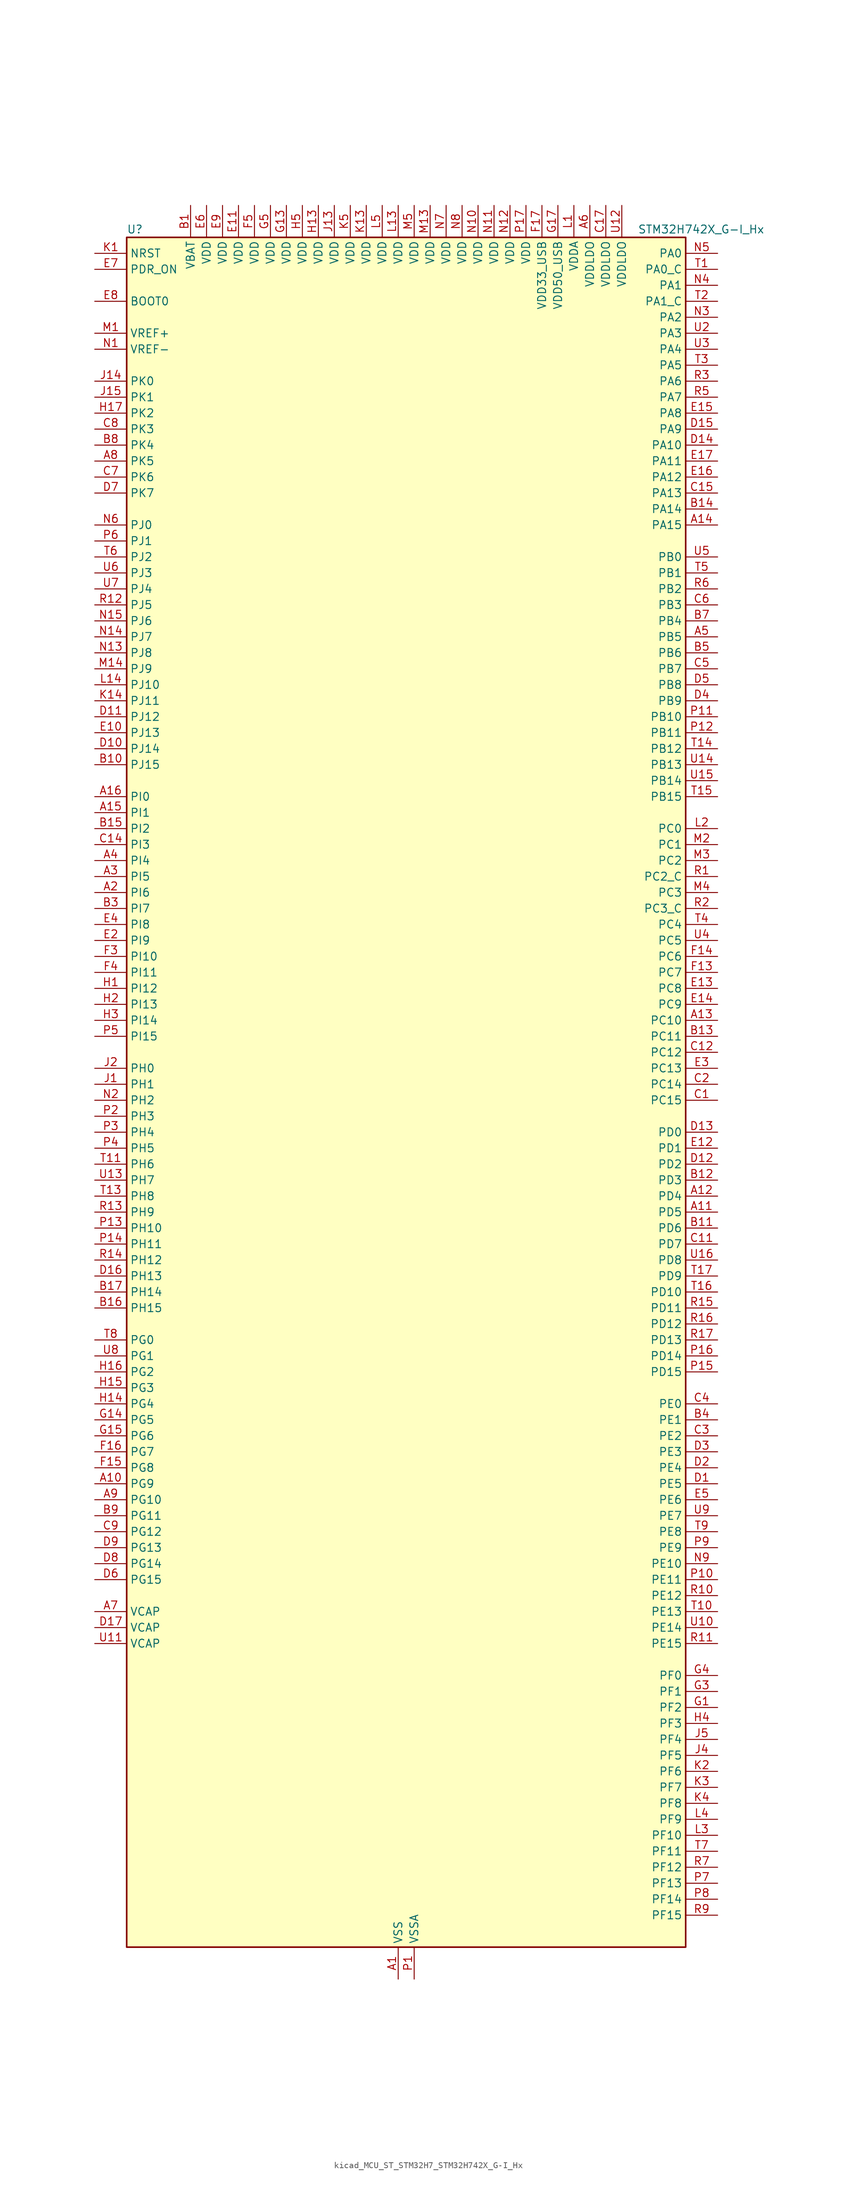
<source format=kicad_sym>
(kicad_symbol_lib
  (version 20220914)
  (generator kicad_symbol_editor)
  (symbol "kicad_MCU_ST_STM32H7_STM32H742X_G-I_Hx"
    (property "Reference" "U"
      (at -43.18 138.43 0)
      (effects (font (size 1.27 1.27)) (justify left)))
    (property "Value" "STM32H742X_G-I_Hx"
      (at 38.1 138.43 0)
      (effects (font (size 1.27 1.27)) (justify left)))
    (property "ki_locked" ""
      (at 0 0 0)
      (effects (font (size 1.27 1.27))))
    (symbol "kicad_MCU_ST_STM32H7_STM32H742X_G-I_Hx_0_1"
      (rectangle (start -43.18 -134.62) (end 45.72 137.16) (stroke (width 0.254) (type default)) (fill (type background))))
    (symbol "kicad_MCU_ST_STM32H7_STM32H742X_G-I_Hx_1_1"
      (pin power_in line (at 0 -139.7 90) (length 5.08) (name "VSS" (effects (font (size 1.27 1.27)))) (number "A1" (effects (font (size 1.27 1.27)))))
      (pin bidirectional line (at -48.26 -60.96 0) (length 5.08) (name "PG9" (effects (font (size 1.27 1.27)))) (number "A10" (effects (font (size 1.27 1.27)))) (alternate "DAC1_EXTI9" bidirectional line) (alternate "DCMI_VSYNC" bidirectional line) (alternate "FMC_NCE" bidirectional line) (alternate "FMC_NE2" bidirectional line) (alternate "I2S1_SDI" bidirectional line) (alternate "QUADSPI_BK2_IO2" bidirectional line) (alternate "SAI2_FS_B" bidirectional line) (alternate "SPDIFRX1_IN3" bidirectional line) (alternate "SPI1_MISO" bidirectional line) (alternate "USART6_RX" bidirectional line))
      (pin bidirectional line (at 50.8 -17.78 180) (length 5.08) (name "PD5" (effects (font (size 1.27 1.27)))) (number "A11" (effects (font (size 1.27 1.27)))) (alternate "FMC_NWE" bidirectional line) (alternate "HRTIM_EEV3" bidirectional line) (alternate "USART2_TX" bidirectional line))
      (pin bidirectional line (at 50.8 -15.24 180) (length 5.08) (name "PD4" (effects (font (size 1.27 1.27)))) (number "A12" (effects (font (size 1.27 1.27)))) (alternate "FMC_NOE" bidirectional line) (alternate "HRTIM_FLT3" bidirectional line) (alternate "SAI3_FS_A" bidirectional line) (alternate "USART2_DE" bidirectional line) (alternate "USART2_RTS" bidirectional line))
      (pin bidirectional line (at 50.8 12.7 180) (length 5.08) (name "PC10" (effects (font (size 1.27 1.27)))) (number "A13" (effects (font (size 1.27 1.27)))) (alternate "DCMI_D8" bidirectional line) (alternate "DFSDM1_CKIN5" bidirectional line) (alternate "HRTIM_EEV1" bidirectional line) (alternate "I2S3_CK" bidirectional line) (alternate "QUADSPI_BK1_IO1" bidirectional line) (alternate "SDMMC1_D2" bidirectional line) (alternate "SPI3_SCK" bidirectional line) (alternate "UART4_TX" bidirectional line) (alternate "USART3_TX" bidirectional line))
      (pin bidirectional line (at 50.8 91.44 180) (length 5.08) (name "PA15" (effects (font (size 1.27 1.27)))) (number "A14" (effects (font (size 1.27 1.27)))) (alternate "ADC1_EXTI15" bidirectional line) (alternate "ADC2_EXTI15" bidirectional line) (alternate "ADC3_EXTI15" bidirectional line) (alternate "CEC" bidirectional line) (alternate "DEBUG_JTDI" bidirectional line) (alternate "HRTIM_FLT1" bidirectional line) (alternate "I2S1_WS" bidirectional line) (alternate "I2S3_WS" bidirectional line) (alternate "SPI1_NSS" bidirectional line) (alternate "SPI3_NSS" bidirectional line) (alternate "SPI6_NSS" bidirectional line) (alternate "TIM2_CH1" bidirectional line) (alternate "TIM2_ETR" bidirectional line) (alternate "UART4_DE" bidirectional line) (alternate "UART4_RTS" bidirectional line) (alternate "UART7_TX" bidirectional line))
      (pin bidirectional line (at -48.26 45.72 0) (length 5.08) (name "PI1" (effects (font (size 1.27 1.27)))) (number "A15" (effects (font (size 1.27 1.27)))) (alternate "DCMI_D8" bidirectional line) (alternate "FMC_D25" bidirectional line) (alternate "I2S2_CK" bidirectional line) (alternate "SPI2_SCK" bidirectional line) (alternate "TIM8_BKIN2" bidirectional line) (alternate "TIM8_BKIN2_COMP1" bidirectional line) (alternate "TIM8_BKIN2_COMP2" bidirectional line))
      (pin bidirectional line (at -48.26 48.26 0) (length 5.08) (name "PI0" (effects (font (size 1.27 1.27)))) (number "A16" (effects (font (size 1.27 1.27)))) (alternate "DCMI_D13" bidirectional line) (alternate "FMC_D24" bidirectional line) (alternate "I2S2_WS" bidirectional line) (alternate "SPI2_NSS" bidirectional line) (alternate "TIM5_CH4" bidirectional line))
      (pin passive line (at 0 -139.7 90) (length 5.08) hide (name "VSS" (effects (font (size 1.27 1.27)))) (number "A17" (effects (font (size 1.27 1.27)))))
      (pin bidirectional line (at -48.26 33.02 0) (length 5.08) (name "PI6" (effects (font (size 1.27 1.27)))) (number "A2" (effects (font (size 1.27 1.27)))) (alternate "DCMI_D6" bidirectional line) (alternate "FMC_D28" bidirectional line) (alternate "SAI2_SD_A" bidirectional line) (alternate "TIM8_CH2" bidirectional line))
      (pin bidirectional line (at -48.26 35.56 0) (length 5.08) (name "PI5" (effects (font (size 1.27 1.27)))) (number "A3" (effects (font (size 1.27 1.27)))) (alternate "DCMI_VSYNC" bidirectional line) (alternate "FMC_NBL3" bidirectional line) (alternate "SAI2_SCK_A" bidirectional line) (alternate "TIM8_CH1" bidirectional line))
      (pin bidirectional line (at -48.26 38.1 0) (length 5.08) (name "PI4" (effects (font (size 1.27 1.27)))) (number "A4" (effects (font (size 1.27 1.27)))) (alternate "DCMI_D5" bidirectional line) (alternate "FMC_NBL2" bidirectional line) (alternate "SAI2_MCLK_A" bidirectional line) (alternate "TIM8_BKIN" bidirectional line) (alternate "TIM8_BKIN_COMP1" bidirectional line) (alternate "TIM8_BKIN_COMP2" bidirectional line))
      (pin bidirectional line (at 50.8 73.66 180) (length 5.08) (name "PB5" (effects (font (size 1.27 1.27)))) (number "A5" (effects (font (size 1.27 1.27)))) (alternate "DCMI_D10" bidirectional line) (alternate "ETH_PPS_OUT" bidirectional line) (alternate "FDCAN2_RX" bidirectional line) (alternate "FMC_SDCKE1" bidirectional line) (alternate "HRTIM_EEV7" bidirectional line) (alternate "I2C1_SMBA" bidirectional line) (alternate "I2C4_SMBA" bidirectional line) (alternate "I2S1_SDO" bidirectional line) (alternate "I2S3_SDO" bidirectional line) (alternate "SPI1_MOSI" bidirectional line) (alternate "SPI3_MOSI" bidirectional line) (alternate "SPI6_MOSI" bidirectional line) (alternate "TIM17_BKIN" bidirectional line) (alternate "TIM3_CH2" bidirectional line) (alternate "UART5_RX" bidirectional line) (alternate "USB_OTG_HS_ULPI_D7" bidirectional line))
      (pin power_in line (at 30.48 142.24 270) (length 5.08) (name "VDDLDO" (effects (font (size 1.27 1.27)))) (number "A6" (effects (font (size 1.27 1.27)))))
      (pin power_out line (at -48.26 -81.28 0) (length 5.08) (name "VCAP" (effects (font (size 1.27 1.27)))) (number "A7" (effects (font (size 1.27 1.27)))))
      (pin bidirectional line (at -48.26 101.6 0) (length 5.08) (name "PK5" (effects (font (size 1.27 1.27)))) (number "A8" (effects (font (size 1.27 1.27)))))
      (pin bidirectional line (at -48.26 -63.5 0) (length 5.08) (name "PG10" (effects (font (size 1.27 1.27)))) (number "A9" (effects (font (size 1.27 1.27)))) (alternate "DCMI_D2" bidirectional line) (alternate "FMC_NE3" bidirectional line) (alternate "HRTIM_FLT5" bidirectional line) (alternate "I2S1_WS" bidirectional line) (alternate "SAI2_SD_B" bidirectional line) (alternate "SPI1_NSS" bidirectional line))
      (pin power_in line (at -33.02 142.24 270) (length 5.08) (name "VBAT" (effects (font (size 1.27 1.27)))) (number "B1" (effects (font (size 1.27 1.27)))))
      (pin bidirectional line (at -48.26 53.34 0) (length 5.08) (name "PJ15" (effects (font (size 1.27 1.27)))) (number "B10" (effects (font (size 1.27 1.27)))) (alternate "ADC1_EXTI15" bidirectional line) (alternate "ADC2_EXTI15" bidirectional line) (alternate "ADC3_EXTI15" bidirectional line))
      (pin bidirectional line (at 50.8 -20.32 180) (length 5.08) (name "PD6" (effects (font (size 1.27 1.27)))) (number "B11" (effects (font (size 1.27 1.27)))) (alternate "DCMI_D10" bidirectional line) (alternate "DFSDM1_CKIN4" bidirectional line) (alternate "DFSDM1_DATIN1" bidirectional line) (alternate "FMC_NWAIT" bidirectional line) (alternate "I2S3_SDO" bidirectional line) (alternate "SAI1_D1" bidirectional line) (alternate "SAI1_SD_A" bidirectional line) (alternate "SAI4_D1" bidirectional line) (alternate "SAI4_SD_A" bidirectional line) (alternate "SDMMC2_CK" bidirectional line) (alternate "SPI3_MOSI" bidirectional line) (alternate "USART2_RX" bidirectional line))
      (pin bidirectional line (at 50.8 -12.7 180) (length 5.08) (name "PD3" (effects (font (size 1.27 1.27)))) (number "B12" (effects (font (size 1.27 1.27)))) (alternate "DCMI_D5" bidirectional line) (alternate "DFSDM1_CKOUT" bidirectional line) (alternate "FMC_CLK" bidirectional line) (alternate "I2S2_CK" bidirectional line) (alternate "SPI2_SCK" bidirectional line) (alternate "USART2_CTS" bidirectional line) (alternate "USART2_NSS" bidirectional line))
      (pin bidirectional line (at 50.8 10.16 180) (length 5.08) (name "PC11" (effects (font (size 1.27 1.27)))) (number "B13" (effects (font (size 1.27 1.27)))) (alternate "ADC1_EXTI11" bidirectional line) (alternate "ADC2_EXTI11" bidirectional line) (alternate "ADC3_EXTI11" bidirectional line) (alternate "DCMI_D4" bidirectional line) (alternate "DFSDM1_DATIN5" bidirectional line) (alternate "HRTIM_FLT2" bidirectional line) (alternate "I2S3_SDI" bidirectional line) (alternate "QUADSPI_BK2_NCS" bidirectional line) (alternate "SDMMC1_D3" bidirectional line) (alternate "SPI3_MISO" bidirectional line) (alternate "UART4_RX" bidirectional line) (alternate "USART3_RX" bidirectional line))
      (pin bidirectional line (at 50.8 93.98 180) (length 5.08) (name "PA14" (effects (font (size 1.27 1.27)))) (number "B14" (effects (font (size 1.27 1.27)))) (alternate "DEBUG_JTCK-SWCLK" bidirectional line))
      (pin bidirectional line (at -48.26 43.18 0) (length 5.08) (name "PI2" (effects (font (size 1.27 1.27)))) (number "B15" (effects (font (size 1.27 1.27)))) (alternate "DCMI_D9" bidirectional line) (alternate "FMC_D26" bidirectional line) (alternate "I2S2_SDI" bidirectional line) (alternate "SPI2_MISO" bidirectional line) (alternate "TIM8_CH4" bidirectional line))
      (pin bidirectional line (at -48.26 -33.02 0) (length 5.08) (name "PH15" (effects (font (size 1.27 1.27)))) (number "B16" (effects (font (size 1.27 1.27)))) (alternate "ADC1_EXTI15" bidirectional line) (alternate "ADC2_EXTI15" bidirectional line) (alternate "ADC3_EXTI15" bidirectional line) (alternate "DCMI_D11" bidirectional line) (alternate "FMC_D23" bidirectional line) (alternate "TIM8_CH3N" bidirectional line))
      (pin bidirectional line (at -48.26 -30.48 0) (length 5.08) (name "PH14" (effects (font (size 1.27 1.27)))) (number "B17" (effects (font (size 1.27 1.27)))) (alternate "DCMI_D4" bidirectional line) (alternate "FDCAN1_RX" bidirectional line) (alternate "FMC_D22" bidirectional line) (alternate "TIM8_CH2N" bidirectional line) (alternate "UART4_RX" bidirectional line))
      (pin passive line (at 0 -139.7 90) (length 5.08) hide (name "VSS" (effects (font (size 1.27 1.27)))) (number "B2" (effects (font (size 1.27 1.27)))))
      (pin bidirectional line (at -48.26 30.48 0) (length 5.08) (name "PI7" (effects (font (size 1.27 1.27)))) (number "B3" (effects (font (size 1.27 1.27)))) (alternate "DCMI_D7" bidirectional line) (alternate "FMC_D29" bidirectional line) (alternate "SAI2_FS_A" bidirectional line) (alternate "TIM8_CH3" bidirectional line))
      (pin bidirectional line (at 50.8 -50.8 180) (length 5.08) (name "PE1" (effects (font (size 1.27 1.27)))) (number "B4" (effects (font (size 1.27 1.27)))) (alternate "DCMI_D3" bidirectional line) (alternate "FMC_NBL1" bidirectional line) (alternate "HRTIM_SCOUT" bidirectional line) (alternate "LPTIM1_IN2" bidirectional line) (alternate "UART8_TX" bidirectional line))
      (pin bidirectional line (at 50.8 71.12 180) (length 5.08) (name "PB6" (effects (font (size 1.27 1.27)))) (number "B5" (effects (font (size 1.27 1.27)))) (alternate "CEC" bidirectional line) (alternate "DCMI_D5" bidirectional line) (alternate "DFSDM1_DATIN5" bidirectional line) (alternate "FDCAN2_TX" bidirectional line) (alternate "FMC_SDNE1" bidirectional line) (alternate "HRTIM_EEV8" bidirectional line) (alternate "I2C1_SCL" bidirectional line) (alternate "I2C4_SCL" bidirectional line) (alternate "LPUART1_TX" bidirectional line) (alternate "QUADSPI_BK1_NCS" bidirectional line) (alternate "TIM16_CH1N" bidirectional line) (alternate "TIM4_CH1" bidirectional line) (alternate "UART5_TX" bidirectional line) (alternate "USART1_TX" bidirectional line))
      (pin passive line (at 0 -139.7 90) (length 5.08) hide (name "VSS" (effects (font (size 1.27 1.27)))) (number "B6" (effects (font (size 1.27 1.27)))))
      (pin bidirectional line (at 50.8 76.2 180) (length 5.08) (name "PB4" (effects (font (size 1.27 1.27)))) (number "B7" (effects (font (size 1.27 1.27)))) (alternate "DEBUG_JTRST" bidirectional line) (alternate "HRTIM_EEV6" bidirectional line) (alternate "I2S1_SDI" bidirectional line) (alternate "I2S2_WS" bidirectional line) (alternate "I2S3_SDI" bidirectional line) (alternate "SDMMC2_D3" bidirectional line) (alternate "SPI1_MISO" bidirectional line) (alternate "SPI2_NSS" bidirectional line) (alternate "SPI3_MISO" bidirectional line) (alternate "SPI6_MISO" bidirectional line) (alternate "TIM16_BKIN" bidirectional line) (alternate "TIM3_CH1" bidirectional line) (alternate "UART7_TX" bidirectional line))
      (pin bidirectional line (at -48.26 104.14 0) (length 5.08) (name "PK4" (effects (font (size 1.27 1.27)))) (number "B8" (effects (font (size 1.27 1.27)))))
      (pin bidirectional line (at -48.26 -66.04 0) (length 5.08) (name "PG11" (effects (font (size 1.27 1.27)))) (number "B9" (effects (font (size 1.27 1.27)))) (alternate "ADC1_EXTI11" bidirectional line) (alternate "ADC2_EXTI11" bidirectional line) (alternate "ADC3_EXTI11" bidirectional line) (alternate "DCMI_D3" bidirectional line) (alternate "ETH_TX_EN" bidirectional line) (alternate "HRTIM_EEV4" bidirectional line) (alternate "I2S1_CK" bidirectional line) (alternate "LPTIM1_IN2" bidirectional line) (alternate "SDMMC2_D2" bidirectional line) (alternate "SPDIFRX1_IN0" bidirectional line) (alternate "SPI1_SCK" bidirectional line))
      (pin bidirectional line (at 50.8 0 180) (length 5.08) (name "PC15" (effects (font (size 1.27 1.27)))) (number "C1" (effects (font (size 1.27 1.27)))) (alternate "ADC1_EXTI15" bidirectional line) (alternate "ADC2_EXTI15" bidirectional line) (alternate "ADC3_EXTI15" bidirectional line) (alternate "RCC_OSC32_OUT" bidirectional line))
      (pin passive line (at 0 -139.7 90) (length 5.08) hide (name "VSS" (effects (font (size 1.27 1.27)))) (number "C10" (effects (font (size 1.27 1.27)))))
      (pin bidirectional line (at 50.8 -22.86 180) (length 5.08) (name "PD7" (effects (font (size 1.27 1.27)))) (number "C11" (effects (font (size 1.27 1.27)))) (alternate "DFSDM1_CKIN1" bidirectional line) (alternate "DFSDM1_DATIN4" bidirectional line) (alternate "FMC_NE1" bidirectional line) (alternate "I2S1_SDO" bidirectional line) (alternate "SDMMC2_CMD" bidirectional line) (alternate "SPDIFRX1_IN0" bidirectional line) (alternate "SPI1_MOSI" bidirectional line) (alternate "USART2_CK" bidirectional line))
      (pin bidirectional line (at 50.8 7.62 180) (length 5.08) (name "PC12" (effects (font (size 1.27 1.27)))) (number "C12" (effects (font (size 1.27 1.27)))) (alternate "DCMI_D9" bidirectional line) (alternate "DEBUG_TRACED3" bidirectional line) (alternate "HRTIM_EEV2" bidirectional line) (alternate "I2S3_SDO" bidirectional line) (alternate "SDMMC1_CK" bidirectional line) (alternate "SPI3_MOSI" bidirectional line) (alternate "UART5_TX" bidirectional line) (alternate "USART3_CK" bidirectional line))
      (pin passive line (at 0 -139.7 90) (length 5.08) hide (name "VSS" (effects (font (size 1.27 1.27)))) (number "C13" (effects (font (size 1.27 1.27)))))
      (pin bidirectional line (at -48.26 40.64 0) (length 5.08) (name "PI3" (effects (font (size 1.27 1.27)))) (number "C14" (effects (font (size 1.27 1.27)))) (alternate "DCMI_D10" bidirectional line) (alternate "FMC_D27" bidirectional line) (alternate "I2S2_SDO" bidirectional line) (alternate "SPI2_MOSI" bidirectional line) (alternate "TIM8_ETR" bidirectional line))
      (pin bidirectional line (at 50.8 96.52 180) (length 5.08) (name "PA13" (effects (font (size 1.27 1.27)))) (number "C15" (effects (font (size 1.27 1.27)))) (alternate "DEBUG_JTMS-SWDIO" bidirectional line))
      (pin passive line (at 0 -139.7 90) (length 5.08) hide (name "VSS" (effects (font (size 1.27 1.27)))) (number "C16" (effects (font (size 1.27 1.27)))))
      (pin power_in line (at 33.02 142.24 270) (length 5.08) (name "VDDLDO" (effects (font (size 1.27 1.27)))) (number "C17" (effects (font (size 1.27 1.27)))))
      (pin bidirectional line (at 50.8 2.54 180) (length 5.08) (name "PC14" (effects (font (size 1.27 1.27)))) (number "C2" (effects (font (size 1.27 1.27)))) (alternate "RCC_OSC32_IN" bidirectional line))
      (pin bidirectional line (at 50.8 -53.34 180) (length 5.08) (name "PE2" (effects (font (size 1.27 1.27)))) (number "C3" (effects (font (size 1.27 1.27)))) (alternate "DEBUG_TRACECLK" bidirectional line) (alternate "ETH_TXD3" bidirectional line) (alternate "FMC_A23" bidirectional line) (alternate "QUADSPI_BK1_IO2" bidirectional line) (alternate "SAI1_CK1" bidirectional line) (alternate "SAI1_MCLK_A" bidirectional line) (alternate "SAI4_CK1" bidirectional line) (alternate "SAI4_MCLK_A" bidirectional line) (alternate "SPI4_SCK" bidirectional line))
      (pin bidirectional line (at 50.8 -48.26 180) (length 5.08) (name "PE0" (effects (font (size 1.27 1.27)))) (number "C4" (effects (font (size 1.27 1.27)))) (alternate "DCMI_D2" bidirectional line) (alternate "FMC_NBL0" bidirectional line) (alternate "HRTIM_SCIN" bidirectional line) (alternate "LPTIM1_ETR" bidirectional line) (alternate "LPTIM2_ETR" bidirectional line) (alternate "SAI2_MCLK_A" bidirectional line) (alternate "TIM4_ETR" bidirectional line) (alternate "UART8_RX" bidirectional line))
      (pin bidirectional line (at 50.8 68.58 180) (length 5.08) (name "PB7" (effects (font (size 1.27 1.27)))) (number "C5" (effects (font (size 1.27 1.27)))) (alternate "DCMI_VSYNC" bidirectional line) (alternate "DFSDM1_CKIN5" bidirectional line) (alternate "FMC_NL" bidirectional line) (alternate "HRTIM_EEV9" bidirectional line) (alternate "I2C1_SDA" bidirectional line) (alternate "I2C4_SDA" bidirectional line) (alternate "LPUART1_RX" bidirectional line) (alternate "PWR_PVD_IN" bidirectional line) (alternate "TIM17_CH1N" bidirectional line) (alternate "TIM4_CH2" bidirectional line) (alternate "USART1_RX" bidirectional line))
      (pin bidirectional line (at 50.8 78.74 180) (length 5.08) (name "PB3" (effects (font (size 1.27 1.27)))) (number "C6" (effects (font (size 1.27 1.27)))) (alternate "CRS_SYNC" bidirectional line) (alternate "DEBUG_JTDO-SWO" bidirectional line) (alternate "HRTIM_FLT4" bidirectional line) (alternate "I2S1_CK" bidirectional line) (alternate "I2S3_CK" bidirectional line) (alternate "SDMMC2_D2" bidirectional line) (alternate "SPI1_SCK" bidirectional line) (alternate "SPI3_SCK" bidirectional line) (alternate "SPI6_SCK" bidirectional line) (alternate "TIM2_CH2" bidirectional line) (alternate "UART7_RX" bidirectional line))
      (pin bidirectional line (at -48.26 99.06 0) (length 5.08) (name "PK6" (effects (font (size 1.27 1.27)))) (number "C7" (effects (font (size 1.27 1.27)))))
      (pin bidirectional line (at -48.26 106.68 0) (length 5.08) (name "PK3" (effects (font (size 1.27 1.27)))) (number "C8" (effects (font (size 1.27 1.27)))))
      (pin bidirectional line (at -48.26 -68.58 0) (length 5.08) (name "PG12" (effects (font (size 1.27 1.27)))) (number "C9" (effects (font (size 1.27 1.27)))) (alternate "ETH_TXD1" bidirectional line) (alternate "FMC_NE4" bidirectional line) (alternate "HRTIM_EEV5" bidirectional line) (alternate "LPTIM1_IN1" bidirectional line) (alternate "SPDIFRX1_IN1" bidirectional line) (alternate "SPI6_MISO" bidirectional line) (alternate "USART6_DE" bidirectional line) (alternate "USART6_RTS" bidirectional line))
      (pin bidirectional line (at 50.8 -60.96 180) (length 5.08) (name "PE5" (effects (font (size 1.27 1.27)))) (number "D1" (effects (font (size 1.27 1.27)))) (alternate "DCMI_D6" bidirectional line) (alternate "DEBUG_TRACED2" bidirectional line) (alternate "DFSDM1_CKIN3" bidirectional line) (alternate "FMC_A21" bidirectional line) (alternate "SAI1_CK2" bidirectional line) (alternate "SAI1_SCK_A" bidirectional line) (alternate "SAI4_CK2" bidirectional line) (alternate "SAI4_SCK_A" bidirectional line) (alternate "SPI4_MISO" bidirectional line) (alternate "TIM15_CH1" bidirectional line))
      (pin bidirectional line (at -48.26 55.88 0) (length 5.08) (name "PJ14" (effects (font (size 1.27 1.27)))) (number "D10" (effects (font (size 1.27 1.27)))))
      (pin bidirectional line (at -48.26 60.96 0) (length 5.08) (name "PJ12" (effects (font (size 1.27 1.27)))) (number "D11" (effects (font (size 1.27 1.27)))) (alternate "DEBUG_TRGOUT" bidirectional line))
      (pin bidirectional line (at 50.8 -10.16 180) (length 5.08) (name "PD2" (effects (font (size 1.27 1.27)))) (number "D12" (effects (font (size 1.27 1.27)))) (alternate "DCMI_D11" bidirectional line) (alternate "DEBUG_TRACED2" bidirectional line) (alternate "SDMMC1_CMD" bidirectional line) (alternate "TIM3_ETR" bidirectional line) (alternate "UART5_RX" bidirectional line))
      (pin bidirectional line (at 50.8 -5.08 180) (length 5.08) (name "PD0" (effects (font (size 1.27 1.27)))) (number "D13" (effects (font (size 1.27 1.27)))) (alternate "DFSDM1_CKIN6" bidirectional line) (alternate "FDCAN1_RX" bidirectional line) (alternate "FMC_D2" bidirectional line) (alternate "FMC_DA2" bidirectional line) (alternate "SAI3_SCK_A" bidirectional line) (alternate "UART4_RX" bidirectional line))
      (pin bidirectional line (at 50.8 104.14 180) (length 5.08) (name "PA10" (effects (font (size 1.27 1.27)))) (number "D14" (effects (font (size 1.27 1.27)))) (alternate "DCMI_D1" bidirectional line) (alternate "HRTIM_CHC2" bidirectional line) (alternate "LPUART1_RX" bidirectional line) (alternate "MDIOS_MDIO" bidirectional line) (alternate "TIM1_CH3" bidirectional line) (alternate "USART1_RX" bidirectional line) (alternate "USB_OTG_FS_ID" bidirectional line))
      (pin bidirectional line (at 50.8 106.68 180) (length 5.08) (name "PA9" (effects (font (size 1.27 1.27)))) (number "D15" (effects (font (size 1.27 1.27)))) (alternate "DAC1_EXTI9" bidirectional line) (alternate "DCMI_D0" bidirectional line) (alternate "HRTIM_CHC1" bidirectional line) (alternate "I2C3_SMBA" bidirectional line) (alternate "I2S2_CK" bidirectional line) (alternate "LPUART1_TX" bidirectional line) (alternate "SPI2_SCK" bidirectional line) (alternate "TIM1_CH2" bidirectional line) (alternate "USART1_TX" bidirectional line) (alternate "USB_OTG_FS_VBUS" bidirectional line))
      (pin bidirectional line (at -48.26 -27.94 0) (length 5.08) (name "PH13" (effects (font (size 1.27 1.27)))) (number "D16" (effects (font (size 1.27 1.27)))) (alternate "FDCAN1_TX" bidirectional line) (alternate "FMC_D21" bidirectional line) (alternate "TIM8_CH1N" bidirectional line) (alternate "UART4_TX" bidirectional line))
      (pin power_out line (at -48.26 -83.82 0) (length 5.08) (name "VCAP" (effects (font (size 1.27 1.27)))) (number "D17" (effects (font (size 1.27 1.27)))))
      (pin bidirectional line (at 50.8 -58.42 180) (length 5.08) (name "PE4" (effects (font (size 1.27 1.27)))) (number "D2" (effects (font (size 1.27 1.27)))) (alternate "DCMI_D4" bidirectional line) (alternate "DEBUG_TRACED1" bidirectional line) (alternate "DFSDM1_DATIN3" bidirectional line) (alternate "FMC_A20" bidirectional line) (alternate "SAI1_D2" bidirectional line) (alternate "SAI1_FS_A" bidirectional line) (alternate "SAI4_D2" bidirectional line) (alternate "SAI4_FS_A" bidirectional line) (alternate "SPI4_NSS" bidirectional line) (alternate "TIM15_CH1N" bidirectional line))
      (pin bidirectional line (at 50.8 -55.88 180) (length 5.08) (name "PE3" (effects (font (size 1.27 1.27)))) (number "D3" (effects (font (size 1.27 1.27)))) (alternate "DEBUG_TRACED0" bidirectional line) (alternate "FMC_A19" bidirectional line) (alternate "SAI1_SD_B" bidirectional line) (alternate "SAI4_SD_B" bidirectional line) (alternate "TIM15_BKIN" bidirectional line))
      (pin bidirectional line (at 50.8 63.5 180) (length 5.08) (name "PB9" (effects (font (size 1.27 1.27)))) (number "D4" (effects (font (size 1.27 1.27)))) (alternate "DAC1_EXTI9" bidirectional line) (alternate "DCMI_D7" bidirectional line) (alternate "DFSDM1_DATIN7" bidirectional line) (alternate "FDCAN1_TX" bidirectional line) (alternate "I2C1_SDA" bidirectional line) (alternate "I2C4_SDA" bidirectional line) (alternate "I2C4_SMBA" bidirectional line) (alternate "I2S2_WS" bidirectional line) (alternate "SDMMC1_CDIR" bidirectional line) (alternate "SDMMC1_D5" bidirectional line) (alternate "SDMMC2_D5" bidirectional line) (alternate "SPI2_NSS" bidirectional line) (alternate "TIM17_CH1" bidirectional line) (alternate "TIM4_CH4" bidirectional line) (alternate "UART4_TX" bidirectional line))
      (pin bidirectional line (at 50.8 66.04 180) (length 5.08) (name "PB8" (effects (font (size 1.27 1.27)))) (number "D5" (effects (font (size 1.27 1.27)))) (alternate "DCMI_D6" bidirectional line) (alternate "DFSDM1_CKIN7" bidirectional line) (alternate "ETH_TXD3" bidirectional line) (alternate "FDCAN1_RX" bidirectional line) (alternate "I2C1_SCL" bidirectional line) (alternate "I2C4_SCL" bidirectional line) (alternate "SDMMC1_CKIN" bidirectional line) (alternate "SDMMC1_D4" bidirectional line) (alternate "SDMMC2_D4" bidirectional line) (alternate "TIM16_CH1" bidirectional line) (alternate "TIM4_CH3" bidirectional line) (alternate "UART4_RX" bidirectional line))
      (pin bidirectional line (at -48.26 -76.2 0) (length 5.08) (name "PG15" (effects (font (size 1.27 1.27)))) (number "D6" (effects (font (size 1.27 1.27)))) (alternate "ADC1_EXTI15" bidirectional line) (alternate "ADC2_EXTI15" bidirectional line) (alternate "ADC3_EXTI15" bidirectional line) (alternate "DCMI_D13" bidirectional line) (alternate "FMC_SDNCAS" bidirectional line) (alternate "USART6_CTS" bidirectional line) (alternate "USART6_NSS" bidirectional line))
      (pin bidirectional line (at -48.26 96.52 0) (length 5.08) (name "PK7" (effects (font (size 1.27 1.27)))) (number "D7" (effects (font (size 1.27 1.27)))))
      (pin bidirectional line (at -48.26 -73.66 0) (length 5.08) (name "PG14" (effects (font (size 1.27 1.27)))) (number "D8" (effects (font (size 1.27 1.27)))) (alternate "DEBUG_TRACED1" bidirectional line) (alternate "ETH_TXD1" bidirectional line) (alternate "FMC_A25" bidirectional line) (alternate "LPTIM1_ETR" bidirectional line) (alternate "QUADSPI_BK2_IO3" bidirectional line) (alternate "SPI6_MOSI" bidirectional line) (alternate "USART6_TX" bidirectional line))
      (pin bidirectional line (at -48.26 -71.12 0) (length 5.08) (name "PG13" (effects (font (size 1.27 1.27)))) (number "D9" (effects (font (size 1.27 1.27)))) (alternate "DEBUG_TRACED0" bidirectional line) (alternate "ETH_TXD0" bidirectional line) (alternate "FMC_A24" bidirectional line) (alternate "HRTIM_EEV10" bidirectional line) (alternate "LPTIM1_OUT" bidirectional line) (alternate "SPI6_SCK" bidirectional line) (alternate "USART6_CTS" bidirectional line) (alternate "USART6_NSS" bidirectional line))
      (pin no_connect line (at -43.18 -134.62 0) (length 5.08) hide (name "NC" (effects (font (size 1.27 1.27)))) (number "E1" (effects (font (size 1.27 1.27)))))
      (pin bidirectional line (at -48.26 58.42 0) (length 5.08) (name "PJ13" (effects (font (size 1.27 1.27)))) (number "E10" (effects (font (size 1.27 1.27)))))
      (pin power_in line (at -25.4 142.24 270) (length 5.08) (name "VDD" (effects (font (size 1.27 1.27)))) (number "E11" (effects (font (size 1.27 1.27)))))
      (pin bidirectional line (at 50.8 -7.62 180) (length 5.08) (name "PD1" (effects (font (size 1.27 1.27)))) (number "E12" (effects (font (size 1.27 1.27)))) (alternate "DFSDM1_DATIN6" bidirectional line) (alternate "FDCAN1_TX" bidirectional line) (alternate "FMC_D3" bidirectional line) (alternate "FMC_DA3" bidirectional line) (alternate "SAI3_SD_A" bidirectional line) (alternate "UART4_TX" bidirectional line))
      (pin bidirectional line (at 50.8 17.78 180) (length 5.08) (name "PC8" (effects (font (size 1.27 1.27)))) (number "E13" (effects (font (size 1.27 1.27)))) (alternate "DCMI_D2" bidirectional line) (alternate "DEBUG_TRACED1" bidirectional line) (alternate "FMC_NCE" bidirectional line) (alternate "FMC_NE2" bidirectional line) (alternate "HRTIM_CHB1" bidirectional line) (alternate "SDMMC1_D0" bidirectional line) (alternate "SWPMI1_RX" bidirectional line) (alternate "TIM3_CH3" bidirectional line) (alternate "TIM8_CH3" bidirectional line) (alternate "UART5_DE" bidirectional line) (alternate "UART5_RTS" bidirectional line) (alternate "USART6_CK" bidirectional line))
      (pin bidirectional line (at 50.8 15.24 180) (length 5.08) (name "PC9" (effects (font (size 1.27 1.27)))) (number "E14" (effects (font (size 1.27 1.27)))) (alternate "DAC1_EXTI9" bidirectional line) (alternate "DCMI_D3" bidirectional line) (alternate "I2C3_SDA" bidirectional line) (alternate "I2S_CKIN" bidirectional line) (alternate "QUADSPI_BK1_IO0" bidirectional line) (alternate "RCC_MCO_2" bidirectional line) (alternate "SDMMC1_D1" bidirectional line) (alternate "SWPMI1_SUSPEND" bidirectional line) (alternate "TIM3_CH4" bidirectional line) (alternate "TIM8_CH4" bidirectional line) (alternate "UART5_CTS" bidirectional line))
      (pin bidirectional line (at 50.8 109.22 180) (length 5.08) (name "PA8" (effects (font (size 1.27 1.27)))) (number "E15" (effects (font (size 1.27 1.27)))) (alternate "HRTIM_CHB2" bidirectional line) (alternate "I2C3_SCL" bidirectional line) (alternate "RCC_MCO_1" bidirectional line) (alternate "TIM1_CH1" bidirectional line) (alternate "TIM8_BKIN2" bidirectional line) (alternate "TIM8_BKIN2_COMP1" bidirectional line) (alternate "TIM8_BKIN2_COMP2" bidirectional line) (alternate "UART7_RX" bidirectional line) (alternate "USART1_CK" bidirectional line) (alternate "USB_OTG_FS_SOF" bidirectional line))
      (pin bidirectional line (at 50.8 99.06 180) (length 5.08) (name "PA12" (effects (font (size 1.27 1.27)))) (number "E16" (effects (font (size 1.27 1.27)))) (alternate "FDCAN1_TX" bidirectional line) (alternate "HRTIM_CHD2" bidirectional line) (alternate "I2S2_CK" bidirectional line) (alternate "LPUART1_DE" bidirectional line) (alternate "LPUART1_RTS" bidirectional line) (alternate "SAI2_FS_B" bidirectional line) (alternate "SPI2_SCK" bidirectional line) (alternate "TIM1_ETR" bidirectional line) (alternate "UART4_TX" bidirectional line) (alternate "USART1_DE" bidirectional line) (alternate "USART1_RTS" bidirectional line) (alternate "USB_OTG_FS_DP" bidirectional line))
      (pin bidirectional line (at 50.8 101.6 180) (length 5.08) (name "PA11" (effects (font (size 1.27 1.27)))) (number "E17" (effects (font (size 1.27 1.27)))) (alternate "ADC1_EXTI11" bidirectional line) (alternate "ADC2_EXTI11" bidirectional line) (alternate "ADC3_EXTI11" bidirectional line) (alternate "FDCAN1_RX" bidirectional line) (alternate "HRTIM_CHD1" bidirectional line) (alternate "I2S2_WS" bidirectional line) (alternate "LPUART1_CTS" bidirectional line) (alternate "SPI2_NSS" bidirectional line) (alternate "TIM1_CH4" bidirectional line) (alternate "UART4_RX" bidirectional line) (alternate "USART1_CTS" bidirectional line) (alternate "USART1_NSS" bidirectional line) (alternate "USB_OTG_FS_DM" bidirectional line))
      (pin bidirectional line (at -48.26 25.4 0) (length 5.08) (name "PI9" (effects (font (size 1.27 1.27)))) (number "E2" (effects (font (size 1.27 1.27)))) (alternate "DAC1_EXTI9" bidirectional line) (alternate "FDCAN1_RX" bidirectional line) (alternate "FMC_D30" bidirectional line) (alternate "UART4_RX" bidirectional line))
      (pin bidirectional line (at 50.8 5.08 180) (length 5.08) (name "PC13" (effects (font (size 1.27 1.27)))) (number "E3" (effects (font (size 1.27 1.27)))) (alternate "PWR_WKUP2" bidirectional line) (alternate "RTC_OUT_ALARM" bidirectional line) (alternate "RTC_OUT_CALIB" bidirectional line) (alternate "RTC_TAMP1" bidirectional line) (alternate "RTC_TS" bidirectional line))
      (pin bidirectional line (at -48.26 27.94 0) (length 5.08) (name "PI8" (effects (font (size 1.27 1.27)))) (number "E4" (effects (font (size 1.27 1.27)))) (alternate "PWR_WKUP3" bidirectional line) (alternate "RTC_TAMP2" bidirectional line))
      (pin bidirectional line (at 50.8 -63.5 180) (length 5.08) (name "PE6" (effects (font (size 1.27 1.27)))) (number "E5" (effects (font (size 1.27 1.27)))) (alternate "DCMI_D7" bidirectional line) (alternate "DEBUG_TRACED3" bidirectional line) (alternate "FMC_A22" bidirectional line) (alternate "SAI1_D1" bidirectional line) (alternate "SAI1_SD_A" bidirectional line) (alternate "SAI2_MCLK_B" bidirectional line) (alternate "SAI4_D1" bidirectional line) (alternate "SAI4_SD_A" bidirectional line) (alternate "SPI4_MOSI" bidirectional line) (alternate "TIM15_CH2" bidirectional line) (alternate "TIM1_BKIN2" bidirectional line) (alternate "TIM1_BKIN2_COMP1" bidirectional line) (alternate "TIM1_BKIN2_COMP2" bidirectional line))
      (pin power_in line (at -30.48 142.24 270) (length 5.08) (name "VDD" (effects (font (size 1.27 1.27)))) (number "E6" (effects (font (size 1.27 1.27)))))
      (pin input line (at -48.26 132.08 0) (length 5.08) (name "PDR_ON" (effects (font (size 1.27 1.27)))) (number "E7" (effects (font (size 1.27 1.27)))))
      (pin input line (at -48.26 127 0) (length 5.08) (name "BOOT0" (effects (font (size 1.27 1.27)))) (number "E8" (effects (font (size 1.27 1.27)))))
      (pin power_in line (at -27.94 142.24 270) (length 5.08) (name "VDD" (effects (font (size 1.27 1.27)))) (number "E9" (effects (font (size 1.27 1.27)))))
      (pin passive line (at 0 -139.7 90) (length 5.08) hide (name "VSS" (effects (font (size 1.27 1.27)))) (number "F1" (effects (font (size 1.27 1.27)))))
      (pin bidirectional line (at 50.8 20.32 180) (length 5.08) (name "PC7" (effects (font (size 1.27 1.27)))) (number "F13" (effects (font (size 1.27 1.27)))) (alternate "DCMI_D1" bidirectional line) (alternate "DEBUG_TRGIO" bidirectional line) (alternate "DFSDM1_DATIN3" bidirectional line) (alternate "FMC_NE1" bidirectional line) (alternate "HRTIM_CHA2" bidirectional line) (alternate "I2S3_MCK" bidirectional line) (alternate "SDMMC1_D123DIR" bidirectional line) (alternate "SDMMC1_D7" bidirectional line) (alternate "SDMMC2_D7" bidirectional line) (alternate "SWPMI1_TX" bidirectional line) (alternate "TIM3_CH2" bidirectional line) (alternate "TIM8_CH2" bidirectional line) (alternate "USART6_RX" bidirectional line))
      (pin bidirectional line (at 50.8 22.86 180) (length 5.08) (name "PC6" (effects (font (size 1.27 1.27)))) (number "F14" (effects (font (size 1.27 1.27)))) (alternate "DCMI_D0" bidirectional line) (alternate "DFSDM1_CKIN3" bidirectional line) (alternate "FMC_NWAIT" bidirectional line) (alternate "HRTIM_CHA1" bidirectional line) (alternate "I2S2_MCK" bidirectional line) (alternate "SDMMC1_D0DIR" bidirectional line) (alternate "SDMMC1_D6" bidirectional line) (alternate "SDMMC2_D6" bidirectional line) (alternate "SWPMI1_IO" bidirectional line) (alternate "TIM3_CH1" bidirectional line) (alternate "TIM8_CH1" bidirectional line) (alternate "USART6_TX" bidirectional line))
      (pin bidirectional line (at -48.26 -58.42 0) (length 5.08) (name "PG8" (effects (font (size 1.27 1.27)))) (number "F15" (effects (font (size 1.27 1.27)))) (alternate "ETH_PPS_OUT" bidirectional line) (alternate "FMC_SDCLK" bidirectional line) (alternate "SPDIFRX1_IN2" bidirectional line) (alternate "SPI6_NSS" bidirectional line) (alternate "TIM8_ETR" bidirectional line) (alternate "USART6_DE" bidirectional line) (alternate "USART6_RTS" bidirectional line))
      (pin bidirectional line (at -48.26 -55.88 0) (length 5.08) (name "PG7" (effects (font (size 1.27 1.27)))) (number "F16" (effects (font (size 1.27 1.27)))) (alternate "DCMI_D13" bidirectional line) (alternate "FMC_INT" bidirectional line) (alternate "HRTIM_CHE2" bidirectional line) (alternate "SAI1_MCLK_A" bidirectional line) (alternate "USART6_CK" bidirectional line))
      (pin power_in line (at 22.86 142.24 270) (length 5.08) (name "VDD33_USB" (effects (font (size 1.27 1.27)))) (number "F17" (effects (font (size 1.27 1.27)))))
      (pin passive line (at 0 -139.7 90) (length 5.08) hide (name "VSS" (effects (font (size 1.27 1.27)))) (number "F2" (effects (font (size 1.27 1.27)))))
      (pin bidirectional line (at -48.26 22.86 0) (length 5.08) (name "PI10" (effects (font (size 1.27 1.27)))) (number "F3" (effects (font (size 1.27 1.27)))) (alternate "ETH_RX_ER" bidirectional line) (alternate "FMC_D31" bidirectional line))
      (pin bidirectional line (at -48.26 20.32 0) (length 5.08) (name "PI11" (effects (font (size 1.27 1.27)))) (number "F4" (effects (font (size 1.27 1.27)))) (alternate "ADC1_EXTI11" bidirectional line) (alternate "ADC2_EXTI11" bidirectional line) (alternate "ADC3_EXTI11" bidirectional line) (alternate "PWR_WKUP4" bidirectional line) (alternate "USB_OTG_HS_ULPI_DIR" bidirectional line))
      (pin power_in line (at -22.86 142.24 270) (length 5.08) (name "VDD" (effects (font (size 1.27 1.27)))) (number "F5" (effects (font (size 1.27 1.27)))))
      (pin bidirectional line (at 50.8 -96.52 180) (length 5.08) (name "PF2" (effects (font (size 1.27 1.27)))) (number "G1" (effects (font (size 1.27 1.27)))) (alternate "FMC_A2" bidirectional line) (alternate "I2C2_SMBA" bidirectional line))
      (pin passive line (at 0 -139.7 90) (length 5.08) hide (name "VSS" (effects (font (size 1.27 1.27)))) (number "G10" (effects (font (size 1.27 1.27)))))
      (pin passive line (at 0 -139.7 90) (length 5.08) hide (name "VSS" (effects (font (size 1.27 1.27)))) (number "G11" (effects (font (size 1.27 1.27)))))
      (pin power_in line (at -17.78 142.24 270) (length 5.08) (name "VDD" (effects (font (size 1.27 1.27)))) (number "G13" (effects (font (size 1.27 1.27)))))
      (pin bidirectional line (at -48.26 -50.8 0) (length 5.08) (name "PG5" (effects (font (size 1.27 1.27)))) (number "G14" (effects (font (size 1.27 1.27)))) (alternate "FMC_A15" bidirectional line) (alternate "FMC_BA1" bidirectional line) (alternate "TIM1_ETR" bidirectional line))
      (pin bidirectional line (at -48.26 -53.34 0) (length 5.08) (name "PG6" (effects (font (size 1.27 1.27)))) (number "G15" (effects (font (size 1.27 1.27)))) (alternate "DCMI_D12" bidirectional line) (alternate "FMC_NE3" bidirectional line) (alternate "HRTIM_CHE1" bidirectional line) (alternate "QUADSPI_BK1_NCS" bidirectional line) (alternate "TIM17_BKIN" bidirectional line))
      (pin passive line (at 0 -139.7 90) (length 5.08) hide (name "VSS" (effects (font (size 1.27 1.27)))) (number "G16" (effects (font (size 1.27 1.27)))))
      (pin power_in line (at 25.4 142.24 270) (length 5.08) (name "VDD50_USB" (effects (font (size 1.27 1.27)))) (number "G17" (effects (font (size 1.27 1.27)))))
      (pin passive line (at 0 -139.7 90) (length 5.08) hide (name "VSS" (effects (font (size 1.27 1.27)))) (number "G2" (effects (font (size 1.27 1.27)))))
      (pin bidirectional line (at 50.8 -93.98 180) (length 5.08) (name "PF1" (effects (font (size 1.27 1.27)))) (number "G3" (effects (font (size 1.27 1.27)))) (alternate "FMC_A1" bidirectional line) (alternate "I2C2_SCL" bidirectional line))
      (pin bidirectional line (at 50.8 -91.44 180) (length 5.08) (name "PF0" (effects (font (size 1.27 1.27)))) (number "G4" (effects (font (size 1.27 1.27)))) (alternate "FMC_A0" bidirectional line) (alternate "I2C2_SDA" bidirectional line))
      (pin power_in line (at -20.32 142.24 270) (length 5.08) (name "VDD" (effects (font (size 1.27 1.27)))) (number "G5" (effects (font (size 1.27 1.27)))))
      (pin passive line (at 0 -139.7 90) (length 5.08) hide (name "VSS" (effects (font (size 1.27 1.27)))) (number "G7" (effects (font (size 1.27 1.27)))))
      (pin passive line (at 0 -139.7 90) (length 5.08) hide (name "VSS" (effects (font (size 1.27 1.27)))) (number "G8" (effects (font (size 1.27 1.27)))))
      (pin passive line (at 0 -139.7 90) (length 5.08) hide (name "VSS" (effects (font (size 1.27 1.27)))) (number "G9" (effects (font (size 1.27 1.27)))))
      (pin bidirectional line (at -48.26 17.78 0) (length 5.08) (name "PI12" (effects (font (size 1.27 1.27)))) (number "H1" (effects (font (size 1.27 1.27)))))
      (pin passive line (at 0 -139.7 90) (length 5.08) hide (name "VSS" (effects (font (size 1.27 1.27)))) (number "H10" (effects (font (size 1.27 1.27)))))
      (pin passive line (at 0 -139.7 90) (length 5.08) hide (name "VSS" (effects (font (size 1.27 1.27)))) (number "H11" (effects (font (size 1.27 1.27)))))
      (pin power_in line (at -12.7 142.24 270) (length 5.08) (name "VDD" (effects (font (size 1.27 1.27)))) (number "H13" (effects (font (size 1.27 1.27)))))
      (pin bidirectional line (at -48.26 -48.26 0) (length 5.08) (name "PG4" (effects (font (size 1.27 1.27)))) (number "H14" (effects (font (size 1.27 1.27)))) (alternate "FMC_A14" bidirectional line) (alternate "FMC_BA0" bidirectional line) (alternate "TIM1_BKIN2" bidirectional line) (alternate "TIM1_BKIN2_COMP1" bidirectional line) (alternate "TIM1_BKIN2_COMP2" bidirectional line))
      (pin bidirectional line (at -48.26 -45.72 0) (length 5.08) (name "PG3" (effects (font (size 1.27 1.27)))) (number "H15" (effects (font (size 1.27 1.27)))) (alternate "FMC_A13" bidirectional line) (alternate "TIM8_BKIN2" bidirectional line) (alternate "TIM8_BKIN2_COMP1" bidirectional line) (alternate "TIM8_BKIN2_COMP2" bidirectional line))
      (pin bidirectional line (at -48.26 -43.18 0) (length 5.08) (name "PG2" (effects (font (size 1.27 1.27)))) (number "H16" (effects (font (size 1.27 1.27)))) (alternate "FMC_A12" bidirectional line) (alternate "TIM8_BKIN" bidirectional line) (alternate "TIM8_BKIN_COMP1" bidirectional line) (alternate "TIM8_BKIN_COMP2" bidirectional line))
      (pin bidirectional line (at -48.26 109.22 0) (length 5.08) (name "PK2" (effects (font (size 1.27 1.27)))) (number "H17" (effects (font (size 1.27 1.27)))) (alternate "TIM1_BKIN" bidirectional line) (alternate "TIM1_BKIN_COMP1" bidirectional line) (alternate "TIM1_BKIN_COMP2" bidirectional line) (alternate "TIM8_BKIN" bidirectional line) (alternate "TIM8_BKIN_COMP1" bidirectional line) (alternate "TIM8_BKIN_COMP2" bidirectional line))
      (pin bidirectional line (at -48.26 15.24 0) (length 5.08) (name "PI13" (effects (font (size 1.27 1.27)))) (number "H2" (effects (font (size 1.27 1.27)))))
      (pin bidirectional line (at -48.26 12.7 0) (length 5.08) (name "PI14" (effects (font (size 1.27 1.27)))) (number "H3" (effects (font (size 1.27 1.27)))))
      (pin bidirectional line (at 50.8 -99.06 180) (length 5.08) (name "PF3" (effects (font (size 1.27 1.27)))) (number "H4" (effects (font (size 1.27 1.27)))) (alternate "ADC3_INP5" bidirectional line) (alternate "FMC_A3" bidirectional line))
      (pin power_in line (at -15.24 142.24 270) (length 5.08) (name "VDD" (effects (font (size 1.27 1.27)))) (number "H5" (effects (font (size 1.27 1.27)))))
      (pin passive line (at 0 -139.7 90) (length 5.08) hide (name "VSS" (effects (font (size 1.27 1.27)))) (number "H7" (effects (font (size 1.27 1.27)))))
      (pin passive line (at 0 -139.7 90) (length 5.08) hide (name "VSS" (effects (font (size 1.27 1.27)))) (number "H8" (effects (font (size 1.27 1.27)))))
      (pin passive line (at 0 -139.7 90) (length 5.08) hide (name "VSS" (effects (font (size 1.27 1.27)))) (number "H9" (effects (font (size 1.27 1.27)))))
      (pin bidirectional line (at -48.26 2.54 0) (length 5.08) (name "PH1" (effects (font (size 1.27 1.27)))) (number "J1" (effects (font (size 1.27 1.27)))) (alternate "RCC_OSC_OUT" bidirectional line))
      (pin passive line (at 0 -139.7 90) (length 5.08) hide (name "VSS" (effects (font (size 1.27 1.27)))) (number "J10" (effects (font (size 1.27 1.27)))))
      (pin passive line (at 0 -139.7 90) (length 5.08) hide (name "VSS" (effects (font (size 1.27 1.27)))) (number "J11" (effects (font (size 1.27 1.27)))))
      (pin power_in line (at -10.16 142.24 270) (length 5.08) (name "VDD" (effects (font (size 1.27 1.27)))) (number "J13" (effects (font (size 1.27 1.27)))))
      (pin bidirectional line (at -48.26 114.3 0) (length 5.08) (name "PK0" (effects (font (size 1.27 1.27)))) (number "J14" (effects (font (size 1.27 1.27)))) (alternate "SPI5_SCK" bidirectional line) (alternate "TIM1_CH1N" bidirectional line) (alternate "TIM8_CH3" bidirectional line))
      (pin bidirectional line (at -48.26 111.76 0) (length 5.08) (name "PK1" (effects (font (size 1.27 1.27)))) (number "J15" (effects (font (size 1.27 1.27)))) (alternate "SPI5_NSS" bidirectional line) (alternate "TIM1_CH1" bidirectional line) (alternate "TIM8_CH3N" bidirectional line))
      (pin passive line (at 0 -139.7 90) (length 5.08) hide (name "VSS" (effects (font (size 1.27 1.27)))) (number "J16" (effects (font (size 1.27 1.27)))))
      (pin passive line (at 0 -139.7 90) (length 5.08) hide (name "VSS" (effects (font (size 1.27 1.27)))) (number "J17" (effects (font (size 1.27 1.27)))))
      (pin bidirectional line (at -48.26 5.08 0) (length 5.08) (name "PH0" (effects (font (size 1.27 1.27)))) (number "J2" (effects (font (size 1.27 1.27)))) (alternate "RCC_OSC_IN" bidirectional line))
      (pin passive line (at 0 -139.7 90) (length 5.08) hide (name "VSS" (effects (font (size 1.27 1.27)))) (number "J3" (effects (font (size 1.27 1.27)))))
      (pin bidirectional line (at 50.8 -104.14 180) (length 5.08) (name "PF5" (effects (font (size 1.27 1.27)))) (number "J4" (effects (font (size 1.27 1.27)))) (alternate "ADC3_INP4" bidirectional line) (alternate "FMC_A5" bidirectional line))
      (pin bidirectional line (at 50.8 -101.6 180) (length 5.08) (name "PF4" (effects (font (size 1.27 1.27)))) (number "J5" (effects (font (size 1.27 1.27)))) (alternate "ADC3_INN5" bidirectional line) (alternate "ADC3_INP9" bidirectional line) (alternate "FMC_A4" bidirectional line))
      (pin passive line (at 0 -139.7 90) (length 5.08) hide (name "VSS" (effects (font (size 1.27 1.27)))) (number "J7" (effects (font (size 1.27 1.27)))))
      (pin passive line (at 0 -139.7 90) (length 5.08) hide (name "VSS" (effects (font (size 1.27 1.27)))) (number "J8" (effects (font (size 1.27 1.27)))))
      (pin passive line (at 0 -139.7 90) (length 5.08) hide (name "VSS" (effects (font (size 1.27 1.27)))) (number "J9" (effects (font (size 1.27 1.27)))))
      (pin input line (at -48.26 134.62 0) (length 5.08) (name "NRST" (effects (font (size 1.27 1.27)))) (number "K1" (effects (font (size 1.27 1.27)))))
      (pin passive line (at 0 -139.7 90) (length 5.08) hide (name "VSS" (effects (font (size 1.27 1.27)))) (number "K10" (effects (font (size 1.27 1.27)))))
      (pin passive line (at 0 -139.7 90) (length 5.08) hide (name "VSS" (effects (font (size 1.27 1.27)))) (number "K11" (effects (font (size 1.27 1.27)))))
      (pin power_in line (at -5.08 142.24 270) (length 5.08) (name "VDD" (effects (font (size 1.27 1.27)))) (number "K13" (effects (font (size 1.27 1.27)))))
      (pin bidirectional line (at -48.26 63.5 0) (length 5.08) (name "PJ11" (effects (font (size 1.27 1.27)))) (number "K14" (effects (font (size 1.27 1.27)))) (alternate "ADC1_EXTI11" bidirectional line) (alternate "ADC2_EXTI11" bidirectional line) (alternate "ADC3_EXTI11" bidirectional line) (alternate "SPI5_MISO" bidirectional line) (alternate "TIM1_CH2" bidirectional line) (alternate "TIM8_CH2N" bidirectional line))
      (pin passive line (at 0 -139.7 90) (length 5.08) hide (name "VSS" (effects (font (size 1.27 1.27)))) (number "K15" (effects (font (size 1.27 1.27)))))
      (pin no_connect line (at -43.18 -132.08 0) (length 5.08) hide (name "NC" (effects (font (size 1.27 1.27)))) (number "K16" (effects (font (size 1.27 1.27)))))
      (pin no_connect line (at -43.18 -129.54 0) (length 5.08) hide (name "NC" (effects (font (size 1.27 1.27)))) (number "K17" (effects (font (size 1.27 1.27)))))
      (pin bidirectional line (at 50.8 -106.68 180) (length 5.08) (name "PF6" (effects (font (size 1.27 1.27)))) (number "K2" (effects (font (size 1.27 1.27)))) (alternate "ADC3_INN4" bidirectional line) (alternate "ADC3_INP8" bidirectional line) (alternate "QUADSPI_BK1_IO3" bidirectional line) (alternate "SAI1_SD_B" bidirectional line) (alternate "SAI4_SD_B" bidirectional line) (alternate "SPI5_NSS" bidirectional line) (alternate "TIM16_CH1" bidirectional line) (alternate "UART7_RX" bidirectional line))
      (pin bidirectional line (at 50.8 -109.22 180) (length 5.08) (name "PF7" (effects (font (size 1.27 1.27)))) (number "K3" (effects (font (size 1.27 1.27)))) (alternate "ADC3_INP3" bidirectional line) (alternate "QUADSPI_BK1_IO2" bidirectional line) (alternate "SAI1_MCLK_B" bidirectional line) (alternate "SAI4_MCLK_B" bidirectional line) (alternate "SPI5_SCK" bidirectional line) (alternate "TIM17_CH1" bidirectional line) (alternate "UART7_TX" bidirectional line))
      (pin bidirectional line (at 50.8 -111.76 180) (length 5.08) (name "PF8" (effects (font (size 1.27 1.27)))) (number "K4" (effects (font (size 1.27 1.27)))) (alternate "ADC3_INN3" bidirectional line) (alternate "ADC3_INP7" bidirectional line) (alternate "QUADSPI_BK1_IO0" bidirectional line) (alternate "SAI1_SCK_B" bidirectional line) (alternate "SAI4_SCK_B" bidirectional line) (alternate "SPI5_MISO" bidirectional line) (alternate "TIM13_CH1" bidirectional line) (alternate "TIM16_CH1N" bidirectional line) (alternate "UART7_DE" bidirectional line) (alternate "UART7_RTS" bidirectional line))
      (pin power_in line (at -7.62 142.24 270) (length 5.08) (name "VDD" (effects (font (size 1.27 1.27)))) (number "K5" (effects (font (size 1.27 1.27)))))
      (pin passive line (at 0 -139.7 90) (length 5.08) hide (name "VSS" (effects (font (size 1.27 1.27)))) (number "K7" (effects (font (size 1.27 1.27)))))
      (pin passive line (at 0 -139.7 90) (length 5.08) hide (name "VSS" (effects (font (size 1.27 1.27)))) (number "K8" (effects (font (size 1.27 1.27)))))
      (pin passive line (at 0 -139.7 90) (length 5.08) hide (name "VSS" (effects (font (size 1.27 1.27)))) (number "K9" (effects (font (size 1.27 1.27)))))
      (pin power_in line (at 27.94 142.24 270) (length 5.08) (name "VDDA" (effects (font (size 1.27 1.27)))) (number "L1" (effects (font (size 1.27 1.27)))))
      (pin passive line (at 0 -139.7 90) (length 5.08) hide (name "VSS" (effects (font (size 1.27 1.27)))) (number "L10" (effects (font (size 1.27 1.27)))))
      (pin passive line (at 0 -139.7 90) (length 5.08) hide (name "VSS" (effects (font (size 1.27 1.27)))) (number "L11" (effects (font (size 1.27 1.27)))))
      (pin power_in line (at 0 142.24 270) (length 5.08) (name "VDD" (effects (font (size 1.27 1.27)))) (number "L13" (effects (font (size 1.27 1.27)))))
      (pin bidirectional line (at -48.26 66.04 0) (length 5.08) (name "PJ10" (effects (font (size 1.27 1.27)))) (number "L14" (effects (font (size 1.27 1.27)))) (alternate "SPI5_MOSI" bidirectional line) (alternate "TIM1_CH2N" bidirectional line) (alternate "TIM8_CH2" bidirectional line))
      (pin passive line (at 0 -139.7 90) (length 5.08) hide (name "VSS" (effects (font (size 1.27 1.27)))) (number "L15" (effects (font (size 1.27 1.27)))))
      (pin no_connect line (at -43.18 -127 0) (length 5.08) hide (name "NC" (effects (font (size 1.27 1.27)))) (number "L16" (effects (font (size 1.27 1.27)))))
      (pin no_connect line (at -43.18 -124.46 0) (length 5.08) hide (name "NC" (effects (font (size 1.27 1.27)))) (number "L17" (effects (font (size 1.27 1.27)))))
      (pin bidirectional line (at 50.8 43.18 180) (length 5.08) (name "PC0" (effects (font (size 1.27 1.27)))) (number "L2" (effects (font (size 1.27 1.27)))) (alternate "ADC1_INP10" bidirectional line) (alternate "ADC2_INP10" bidirectional line) (alternate "ADC3_INP10" bidirectional line) (alternate "DFSDM1_CKIN0" bidirectional line) (alternate "DFSDM1_DATIN4" bidirectional line) (alternate "FMC_SDNWE" bidirectional line) (alternate "SAI2_FS_B" bidirectional line) (alternate "USB_OTG_HS_ULPI_STP" bidirectional line))
      (pin bidirectional line (at 50.8 -116.84 180) (length 5.08) (name "PF10" (effects (font (size 1.27 1.27)))) (number "L3" (effects (font (size 1.27 1.27)))) (alternate "ADC3_INN2" bidirectional line) (alternate "ADC3_INP6" bidirectional line) (alternate "DCMI_D11" bidirectional line) (alternate "QUADSPI_CLK" bidirectional line) (alternate "SAI1_D3" bidirectional line) (alternate "SAI4_D3" bidirectional line) (alternate "TIM16_BKIN" bidirectional line))
      (pin bidirectional line (at 50.8 -114.3 180) (length 5.08) (name "PF9" (effects (font (size 1.27 1.27)))) (number "L4" (effects (font (size 1.27 1.27)))) (alternate "ADC3_INP2" bidirectional line) (alternate "DAC1_EXTI9" bidirectional line) (alternate "QUADSPI_BK1_IO1" bidirectional line) (alternate "SAI1_FS_B" bidirectional line) (alternate "SAI4_FS_B" bidirectional line) (alternate "SPI5_MOSI" bidirectional line) (alternate "TIM14_CH1" bidirectional line) (alternate "TIM17_CH1N" bidirectional line) (alternate "UART7_CTS" bidirectional line))
      (pin power_in line (at -2.54 142.24 270) (length 5.08) (name "VDD" (effects (font (size 1.27 1.27)))) (number "L5" (effects (font (size 1.27 1.27)))))
      (pin passive line (at 0 -139.7 90) (length 5.08) hide (name "VSS" (effects (font (size 1.27 1.27)))) (number "L7" (effects (font (size 1.27 1.27)))))
      (pin passive line (at 0 -139.7 90) (length 5.08) hide (name "VSS" (effects (font (size 1.27 1.27)))) (number "L8" (effects (font (size 1.27 1.27)))))
      (pin passive line (at 0 -139.7 90) (length 5.08) hide (name "VSS" (effects (font (size 1.27 1.27)))) (number "L9" (effects (font (size 1.27 1.27)))))
      (pin input line (at -48.26 121.92 0) (length 5.08) (name "VREF+" (effects (font (size 1.27 1.27)))) (number "M1" (effects (font (size 1.27 1.27)))) (alternate "VREFBUF_OUT" bidirectional line))
      (pin power_in line (at 5.08 142.24 270) (length 5.08) (name "VDD" (effects (font (size 1.27 1.27)))) (number "M13" (effects (font (size 1.27 1.27)))))
      (pin bidirectional line (at -48.26 68.58 0) (length 5.08) (name "PJ9" (effects (font (size 1.27 1.27)))) (number "M14" (effects (font (size 1.27 1.27)))) (alternate "DAC1_EXTI9" bidirectional line) (alternate "TIM1_CH3" bidirectional line) (alternate "TIM8_CH1N" bidirectional line) (alternate "UART8_RX" bidirectional line))
      (pin passive line (at 0 -139.7 90) (length 5.08) hide (name "VSS" (effects (font (size 1.27 1.27)))) (number "M15" (effects (font (size 1.27 1.27)))))
      (pin no_connect line (at -43.18 -121.92 0) (length 5.08) hide (name "NC" (effects (font (size 1.27 1.27)))) (number "M16" (effects (font (size 1.27 1.27)))))
      (pin no_connect line (at -43.18 -119.38 0) (length 5.08) hide (name "NC" (effects (font (size 1.27 1.27)))) (number "M17" (effects (font (size 1.27 1.27)))))
      (pin bidirectional line (at 50.8 40.64 180) (length 5.08) (name "PC1" (effects (font (size 1.27 1.27)))) (number "M2" (effects (font (size 1.27 1.27)))) (alternate "ADC1_INN10" bidirectional line) (alternate "ADC1_INP11" bidirectional line) (alternate "ADC2_INN10" bidirectional line) (alternate "ADC2_INP11" bidirectional line) (alternate "ADC3_INN10" bidirectional line) (alternate "ADC3_INP11" bidirectional line) (alternate "DEBUG_TRACED0" bidirectional line) (alternate "DFSDM1_CKIN4" bidirectional line) (alternate "DFSDM1_DATIN0" bidirectional line) (alternate "ETH_MDC" bidirectional line) (alternate "I2S2_SDO" bidirectional line) (alternate "MDIOS_MDC" bidirectional line) (alternate "PWR_WKUP5" bidirectional line) (alternate "RTC_TAMP3" bidirectional line) (alternate "SAI1_D1" bidirectional line) (alternate "SAI1_SD_A" bidirectional line) (alternate "SAI4_D1" bidirectional line) (alternate "SAI4_SD_A" bidirectional line) (alternate "SDMMC2_CK" bidirectional line) (alternate "SPI2_MOSI" bidirectional line))
      (pin bidirectional line (at 50.8 38.1 180) (length 5.08) (name "PC2" (effects (font (size 1.27 1.27)))) (number "M3" (effects (font (size 1.27 1.27)))) (alternate "ADC1_INN11" bidirectional line) (alternate "ADC1_INP12" bidirectional line) (alternate "ADC2_INN11" bidirectional line) (alternate "ADC2_INP12" bidirectional line) (alternate "ADC3_INN11" bidirectional line) (alternate "ADC3_INP12" bidirectional line) (alternate "DFSDM1_CKIN1" bidirectional line) (alternate "DFSDM1_CKOUT" bidirectional line) (alternate "ETH_TXD2" bidirectional line) (alternate "FMC_SDNE0" bidirectional line) (alternate "I2S2_SDI" bidirectional line) (alternate "PWR_CSTOP" bidirectional line) (alternate "SPI2_MISO" bidirectional line) (alternate "USB_OTG_HS_ULPI_DIR" bidirectional line))
      (pin bidirectional line (at 50.8 33.02 180) (length 5.08) (name "PC3" (effects (font (size 1.27 1.27)))) (number "M4" (effects (font (size 1.27 1.27)))) (alternate "ADC1_INN12" bidirectional line) (alternate "ADC1_INP13" bidirectional line) (alternate "ADC2_INN12" bidirectional line) (alternate "ADC2_INP13" bidirectional line) (alternate "DFSDM1_DATIN1" bidirectional line) (alternate "ETH_TX_CLK" bidirectional line) (alternate "FMC_SDCKE0" bidirectional line) (alternate "I2S2_SDO" bidirectional line) (alternate "PWR_CSLEEP" bidirectional line) (alternate "SPI2_MOSI" bidirectional line) (alternate "USB_OTG_HS_ULPI_NXT" bidirectional line))
      (pin power_in line (at 2.54 142.24 270) (length 5.08) (name "VDD" (effects (font (size 1.27 1.27)))) (number "M5" (effects (font (size 1.27 1.27)))))
      (pin input line (at -48.26 119.38 0) (length 5.08) (name "VREF-" (effects (font (size 1.27 1.27)))) (number "N1" (effects (font (size 1.27 1.27)))))
      (pin power_in line (at 12.7 142.24 270) (length 5.08) (name "VDD" (effects (font (size 1.27 1.27)))) (number "N10" (effects (font (size 1.27 1.27)))))
      (pin power_in line (at 15.24 142.24 270) (length 5.08) (name "VDD" (effects (font (size 1.27 1.27)))) (number "N11" (effects (font (size 1.27 1.27)))))
      (pin power_in line (at 17.78 142.24 270) (length 5.08) (name "VDD" (effects (font (size 1.27 1.27)))) (number "N12" (effects (font (size 1.27 1.27)))))
      (pin bidirectional line (at -48.26 71.12 0) (length 5.08) (name "PJ8" (effects (font (size 1.27 1.27)))) (number "N13" (effects (font (size 1.27 1.27)))) (alternate "TIM1_CH3N" bidirectional line) (alternate "TIM8_CH1" bidirectional line) (alternate "UART8_TX" bidirectional line))
      (pin bidirectional line (at -48.26 73.66 0) (length 5.08) (name "PJ7" (effects (font (size 1.27 1.27)))) (number "N14" (effects (font (size 1.27 1.27)))) (alternate "DEBUG_TRGIN" bidirectional line) (alternate "TIM8_CH2N" bidirectional line))
      (pin bidirectional line (at -48.26 76.2 0) (length 5.08) (name "PJ6" (effects (font (size 1.27 1.27)))) (number "N15" (effects (font (size 1.27 1.27)))) (alternate "TIM8_CH2" bidirectional line))
      (pin passive line (at 0 -139.7 90) (length 5.08) hide (name "VSS" (effects (font (size 1.27 1.27)))) (number "N16" (effects (font (size 1.27 1.27)))))
      (pin no_connect line (at -43.18 -116.84 0) (length 5.08) hide (name "NC" (effects (font (size 1.27 1.27)))) (number "N17" (effects (font (size 1.27 1.27)))))
      (pin bidirectional line (at -48.26 0 0) (length 5.08) (name "PH2" (effects (font (size 1.27 1.27)))) (number "N2" (effects (font (size 1.27 1.27)))) (alternate "ADC3_INP13" bidirectional line) (alternate "ETH_CRS" bidirectional line) (alternate "FMC_SDCKE0" bidirectional line) (alternate "LPTIM1_IN2" bidirectional line) (alternate "QUADSPI_BK2_IO0" bidirectional line) (alternate "SAI2_SCK_B" bidirectional line))
      (pin bidirectional line (at 50.8 124.46 180) (length 5.08) (name "PA2" (effects (font (size 1.27 1.27)))) (number "N3" (effects (font (size 1.27 1.27)))) (alternate "ADC1_INP14" bidirectional line) (alternate "ADC2_INP14" bidirectional line) (alternate "ETH_MDIO" bidirectional line) (alternate "LPTIM4_OUT" bidirectional line) (alternate "MDIOS_MDIO" bidirectional line) (alternate "PWR_WKUP1" bidirectional line) (alternate "SAI2_SCK_B" bidirectional line) (alternate "TIM15_CH1" bidirectional line) (alternate "TIM2_CH3" bidirectional line) (alternate "TIM5_CH3" bidirectional line) (alternate "USART2_TX" bidirectional line))
      (pin bidirectional line (at 50.8 129.54 180) (length 5.08) (name "PA1" (effects (font (size 1.27 1.27)))) (number "N4" (effects (font (size 1.27 1.27)))) (alternate "ADC1_INN16" bidirectional line) (alternate "ADC1_INP17" bidirectional line) (alternate "ETH_REF_CLK" bidirectional line) (alternate "ETH_RX_CLK" bidirectional line) (alternate "LPTIM3_OUT" bidirectional line) (alternate "QUADSPI_BK1_IO3" bidirectional line) (alternate "SAI2_MCLK_B" bidirectional line) (alternate "TIM15_CH1N" bidirectional line) (alternate "TIM2_CH2" bidirectional line) (alternate "TIM5_CH2" bidirectional line) (alternate "UART4_RX" bidirectional line) (alternate "USART2_DE" bidirectional line) (alternate "USART2_RTS" bidirectional line))
      (pin bidirectional line (at 50.8 134.62 180) (length 5.08) (name "PA0" (effects (font (size 1.27 1.27)))) (number "N5" (effects (font (size 1.27 1.27)))) (alternate "ADC1_INP16" bidirectional line) (alternate "ETH_CRS" bidirectional line) (alternate "PWR_WKUP0" bidirectional line) (alternate "SAI2_SD_B" bidirectional line) (alternate "SDMMC2_CMD" bidirectional line) (alternate "TIM15_BKIN" bidirectional line) (alternate "TIM2_CH1" bidirectional line) (alternate "TIM2_ETR" bidirectional line) (alternate "TIM5_CH1" bidirectional line) (alternate "TIM8_ETR" bidirectional line) (alternate "UART4_TX" bidirectional line) (alternate "USART2_CTS" bidirectional line) (alternate "USART2_NSS" bidirectional line))
      (pin bidirectional line (at -48.26 91.44 0) (length 5.08) (name "PJ0" (effects (font (size 1.27 1.27)))) (number "N6" (effects (font (size 1.27 1.27)))))
      (pin power_in line (at 7.62 142.24 270) (length 5.08) (name "VDD" (effects (font (size 1.27 1.27)))) (number "N7" (effects (font (size 1.27 1.27)))))
      (pin power_in line (at 10.16 142.24 270) (length 5.08) (name "VDD" (effects (font (size 1.27 1.27)))) (number "N8" (effects (font (size 1.27 1.27)))))
      (pin bidirectional line (at 50.8 -73.66 180) (length 5.08) (name "PE10" (effects (font (size 1.27 1.27)))) (number "N9" (effects (font (size 1.27 1.27)))) (alternate "COMP2_INM" bidirectional line) (alternate "DFSDM1_DATIN4" bidirectional line) (alternate "FMC_D7" bidirectional line) (alternate "FMC_DA7" bidirectional line) (alternate "QUADSPI_BK2_IO3" bidirectional line) (alternate "TIM1_CH2N" bidirectional line) (alternate "UART7_CTS" bidirectional line))
      (pin power_in line (at 2.54 -139.7 90) (length 5.08) (name "VSSA" (effects (font (size 1.27 1.27)))) (number "P1" (effects (font (size 1.27 1.27)))))
      (pin bidirectional line (at 50.8 -76.2 180) (length 5.08) (name "PE11" (effects (font (size 1.27 1.27)))) (number "P10" (effects (font (size 1.27 1.27)))) (alternate "ADC1_EXTI11" bidirectional line) (alternate "ADC2_EXTI11" bidirectional line) (alternate "ADC3_EXTI11" bidirectional line) (alternate "COMP2_INP" bidirectional line) (alternate "DFSDM1_CKIN4" bidirectional line) (alternate "FMC_D8" bidirectional line) (alternate "FMC_DA8" bidirectional line) (alternate "SAI2_SD_B" bidirectional line) (alternate "SPI4_NSS" bidirectional line) (alternate "TIM1_CH2" bidirectional line))
      (pin bidirectional line (at 50.8 60.96 180) (length 5.08) (name "PB10" (effects (font (size 1.27 1.27)))) (number "P11" (effects (font (size 1.27 1.27)))) (alternate "DFSDM1_DATIN7" bidirectional line) (alternate "ETH_RX_ER" bidirectional line) (alternate "HRTIM_SCOUT" bidirectional line) (alternate "I2C2_SCL" bidirectional line) (alternate "I2S2_CK" bidirectional line) (alternate "LPTIM2_IN1" bidirectional line) (alternate "QUADSPI_BK1_NCS" bidirectional line) (alternate "SPI2_SCK" bidirectional line) (alternate "TIM2_CH3" bidirectional line) (alternate "USART3_TX" bidirectional line) (alternate "USB_OTG_HS_ULPI_D3" bidirectional line))
      (pin bidirectional line (at 50.8 58.42 180) (length 5.08) (name "PB11" (effects (font (size 1.27 1.27)))) (number "P12" (effects (font (size 1.27 1.27)))) (alternate "ADC1_EXTI11" bidirectional line) (alternate "ADC2_EXTI11" bidirectional line) (alternate "ADC3_EXTI11" bidirectional line) (alternate "DFSDM1_CKIN7" bidirectional line) (alternate "ETH_TX_EN" bidirectional line) (alternate "HRTIM_SCIN" bidirectional line) (alternate "I2C2_SDA" bidirectional line) (alternate "LPTIM2_ETR" bidirectional line) (alternate "TIM2_CH4" bidirectional line) (alternate "USART3_RX" bidirectional line) (alternate "USB_OTG_HS_ULPI_D4" bidirectional line))
      (pin bidirectional line (at -48.26 -20.32 0) (length 5.08) (name "PH10" (effects (font (size 1.27 1.27)))) (number "P13" (effects (font (size 1.27 1.27)))) (alternate "DCMI_D1" bidirectional line) (alternate "FMC_D18" bidirectional line) (alternate "I2C4_SMBA" bidirectional line) (alternate "TIM5_CH1" bidirectional line))
      (pin bidirectional line (at -48.26 -22.86 0) (length 5.08) (name "PH11" (effects (font (size 1.27 1.27)))) (number "P14" (effects (font (size 1.27 1.27)))) (alternate "ADC1_EXTI11" bidirectional line) (alternate "ADC2_EXTI11" bidirectional line) (alternate "ADC3_EXTI11" bidirectional line) (alternate "DCMI_D2" bidirectional line) (alternate "FMC_D19" bidirectional line) (alternate "I2C4_SCL" bidirectional line) (alternate "TIM5_CH2" bidirectional line))
      (pin bidirectional line (at 50.8 -43.18 180) (length 5.08) (name "PD15" (effects (font (size 1.27 1.27)))) (number "P15" (effects (font (size 1.27 1.27)))) (alternate "ADC1_EXTI15" bidirectional line) (alternate "ADC2_EXTI15" bidirectional line) (alternate "ADC3_EXTI15" bidirectional line) (alternate "FMC_D1" bidirectional line) (alternate "FMC_DA1" bidirectional line) (alternate "SAI3_MCLK_A" bidirectional line) (alternate "TIM4_CH4" bidirectional line) (alternate "UART8_DE" bidirectional line) (alternate "UART8_RTS" bidirectional line))
      (pin bidirectional line (at 50.8 -40.64 180) (length 5.08) (name "PD14" (effects (font (size 1.27 1.27)))) (number "P16" (effects (font (size 1.27 1.27)))) (alternate "FMC_D0" bidirectional line) (alternate "FMC_DA0" bidirectional line) (alternate "SAI3_MCLK_B" bidirectional line) (alternate "TIM4_CH3" bidirectional line) (alternate "UART8_CTS" bidirectional line))
      (pin power_in line (at 20.32 142.24 270) (length 5.08) (name "VDD" (effects (font (size 1.27 1.27)))) (number "P17" (effects (font (size 1.27 1.27)))))
      (pin bidirectional line (at -48.26 -2.54 0) (length 5.08) (name "PH3" (effects (font (size 1.27 1.27)))) (number "P2" (effects (font (size 1.27 1.27)))) (alternate "ADC3_INN13" bidirectional line) (alternate "ADC3_INP14" bidirectional line) (alternate "ETH_COL" bidirectional line) (alternate "FMC_SDNE0" bidirectional line) (alternate "QUADSPI_BK2_IO1" bidirectional line) (alternate "SAI2_MCLK_B" bidirectional line))
      (pin bidirectional line (at -48.26 -5.08 0) (length 5.08) (name "PH4" (effects (font (size 1.27 1.27)))) (number "P3" (effects (font (size 1.27 1.27)))) (alternate "ADC3_INN14" bidirectional line) (alternate "ADC3_INP15" bidirectional line) (alternate "I2C2_SCL" bidirectional line) (alternate "USB_OTG_HS_ULPI_NXT" bidirectional line))
      (pin bidirectional line (at -48.26 -7.62 0) (length 5.08) (name "PH5" (effects (font (size 1.27 1.27)))) (number "P4" (effects (font (size 1.27 1.27)))) (alternate "ADC3_INN15" bidirectional line) (alternate "ADC3_INP16" bidirectional line) (alternate "FMC_SDNWE" bidirectional line) (alternate "I2C2_SDA" bidirectional line) (alternate "SPI5_NSS" bidirectional line))
      (pin bidirectional line (at -48.26 10.16 0) (length 5.08) (name "PI15" (effects (font (size 1.27 1.27)))) (number "P5" (effects (font (size 1.27 1.27)))) (alternate "ADC1_EXTI15" bidirectional line) (alternate "ADC2_EXTI15" bidirectional line) (alternate "ADC3_EXTI15" bidirectional line))
      (pin bidirectional line (at -48.26 88.9 0) (length 5.08) (name "PJ1" (effects (font (size 1.27 1.27)))) (number "P6" (effects (font (size 1.27 1.27)))))
      (pin bidirectional line (at 50.8 -124.46 180) (length 5.08) (name "PF13" (effects (font (size 1.27 1.27)))) (number "P7" (effects (font (size 1.27 1.27)))) (alternate "ADC2_INP2" bidirectional line) (alternate "DFSDM1_DATIN6" bidirectional line) (alternate "FMC_A7" bidirectional line) (alternate "I2C4_SMBA" bidirectional line))
      (pin bidirectional line (at 50.8 -127 180) (length 5.08) (name "PF14" (effects (font (size 1.27 1.27)))) (number "P8" (effects (font (size 1.27 1.27)))) (alternate "ADC2_INN2" bidirectional line) (alternate "ADC2_INP6" bidirectional line) (alternate "DFSDM1_CKIN6" bidirectional line) (alternate "FMC_A8" bidirectional line) (alternate "I2C4_SCL" bidirectional line))
      (pin bidirectional line (at 50.8 -71.12 180) (length 5.08) (name "PE9" (effects (font (size 1.27 1.27)))) (number "P9" (effects (font (size 1.27 1.27)))) (alternate "COMP2_INP" bidirectional line) (alternate "DAC1_EXTI9" bidirectional line) (alternate "DFSDM1_CKOUT" bidirectional line) (alternate "FMC_D6" bidirectional line) (alternate "FMC_DA6" bidirectional line) (alternate "OPAMP2_VINP" bidirectional line) (alternate "QUADSPI_BK2_IO2" bidirectional line) (alternate "TIM1_CH1" bidirectional line) (alternate "UART7_DE" bidirectional line) (alternate "UART7_RTS" bidirectional line))
      (pin bidirectional line (at 50.8 35.56 180) (length 5.08) (name "PC2_C" (effects (font (size 1.27 1.27)))) (number "R1" (effects (font (size 1.27 1.27)))) (alternate "ADC3_INN1" bidirectional line) (alternate "ADC3_INP0" bidirectional line) (alternate "DFSDM1_CKIN1" bidirectional line) (alternate "DFSDM1_CKOUT" bidirectional line) (alternate "ETH_TXD2" bidirectional line) (alternate "FMC_SDNE0" bidirectional line) (alternate "I2S2_SDI" bidirectional line) (alternate "PWR_CSTOP" bidirectional line) (alternate "SPI2_MISO" bidirectional line) (alternate "USB_OTG_HS_ULPI_DIR" bidirectional line))
      (pin bidirectional line (at 50.8 -78.74 180) (length 5.08) (name "PE12" (effects (font (size 1.27 1.27)))) (number "R10" (effects (font (size 1.27 1.27)))) (alternate "COMP1_OUT" bidirectional line) (alternate "DFSDM1_DATIN5" bidirectional line) (alternate "FMC_D9" bidirectional line) (alternate "FMC_DA9" bidirectional line) (alternate "SAI2_SCK_B" bidirectional line) (alternate "SPI4_SCK" bidirectional line) (alternate "TIM1_CH3N" bidirectional line))
      (pin bidirectional line (at 50.8 -86.36 180) (length 5.08) (name "PE15" (effects (font (size 1.27 1.27)))) (number "R11" (effects (font (size 1.27 1.27)))) (alternate "ADC1_EXTI15" bidirectional line) (alternate "ADC2_EXTI15" bidirectional line) (alternate "ADC3_EXTI15" bidirectional line) (alternate "FMC_D12" bidirectional line) (alternate "FMC_DA12" bidirectional line) (alternate "TIM1_BKIN" bidirectional line) (alternate "TIM1_BKIN_COMP1" bidirectional line) (alternate "TIM1_BKIN_COMP2" bidirectional line))
      (pin bidirectional line (at -48.26 78.74 0) (length 5.08) (name "PJ5" (effects (font (size 1.27 1.27)))) (number "R12" (effects (font (size 1.27 1.27)))))
      (pin bidirectional line (at -48.26 -17.78 0) (length 5.08) (name "PH9" (effects (font (size 1.27 1.27)))) (number "R13" (effects (font (size 1.27 1.27)))) (alternate "DAC1_EXTI9" bidirectional line) (alternate "DCMI_D0" bidirectional line) (alternate "FMC_D17" bidirectional line) (alternate "I2C3_SMBA" bidirectional line) (alternate "TIM12_CH2" bidirectional line))
      (pin bidirectional line (at -48.26 -25.4 0) (length 5.08) (name "PH12" (effects (font (size 1.27 1.27)))) (number "R14" (effects (font (size 1.27 1.27)))) (alternate "DCMI_D3" bidirectional line) (alternate "FMC_D20" bidirectional line) (alternate "I2C4_SDA" bidirectional line) (alternate "TIM5_CH3" bidirectional line))
      (pin bidirectional line (at 50.8 -33.02 180) (length 5.08) (name "PD11" (effects (font (size 1.27 1.27)))) (number "R15" (effects (font (size 1.27 1.27)))) (alternate "ADC1_EXTI11" bidirectional line) (alternate "ADC2_EXTI11" bidirectional line) (alternate "ADC3_EXTI11" bidirectional line) (alternate "FMC_A16" bidirectional line) (alternate "FMC_CLE" bidirectional line) (alternate "I2C4_SMBA" bidirectional line) (alternate "LPTIM2_IN2" bidirectional line) (alternate "QUADSPI_BK1_IO0" bidirectional line) (alternate "SAI2_SD_A" bidirectional line) (alternate "USART3_CTS" bidirectional line) (alternate "USART3_NSS" bidirectional line))
      (pin bidirectional line (at 50.8 -35.56 180) (length 5.08) (name "PD12" (effects (font (size 1.27 1.27)))) (number "R16" (effects (font (size 1.27 1.27)))) (alternate "FMC_A17" bidirectional line) (alternate "FMC_ALE" bidirectional line) (alternate "I2C4_SCL" bidirectional line) (alternate "LPTIM1_IN1" bidirectional line) (alternate "LPTIM2_IN1" bidirectional line) (alternate "QUADSPI_BK1_IO1" bidirectional line) (alternate "SAI2_FS_A" bidirectional line) (alternate "TIM4_CH1" bidirectional line) (alternate "USART3_DE" bidirectional line) (alternate "USART3_RTS" bidirectional line))
      (pin bidirectional line (at 50.8 -38.1 180) (length 5.08) (name "PD13" (effects (font (size 1.27 1.27)))) (number "R17" (effects (font (size 1.27 1.27)))) (alternate "FMC_A18" bidirectional line) (alternate "I2C4_SDA" bidirectional line) (alternate "LPTIM1_OUT" bidirectional line) (alternate "QUADSPI_BK1_IO3" bidirectional line) (alternate "SAI2_SCK_A" bidirectional line) (alternate "TIM4_CH2" bidirectional line))
      (pin bidirectional line (at 50.8 30.48 180) (length 5.08) (name "PC3_C" (effects (font (size 1.27 1.27)))) (number "R2" (effects (font (size 1.27 1.27)))) (alternate "ADC3_INP1" bidirectional line) (alternate "DFSDM1_DATIN1" bidirectional line) (alternate "ETH_TX_CLK" bidirectional line) (alternate "FMC_SDCKE0" bidirectional line) (alternate "I2S2_SDO" bidirectional line) (alternate "PWR_CSLEEP" bidirectional line) (alternate "SPI2_MOSI" bidirectional line) (alternate "USB_OTG_HS_ULPI_NXT" bidirectional line))
      (pin bidirectional line (at 50.8 114.3 180) (length 5.08) (name "PA6" (effects (font (size 1.27 1.27)))) (number "R3" (effects (font (size 1.27 1.27)))) (alternate "ADC1_INP3" bidirectional line) (alternate "ADC2_INP3" bidirectional line) (alternate "DCMI_PIXCLK" bidirectional line) (alternate "I2S1_SDI" bidirectional line) (alternate "MDIOS_MDC" bidirectional line) (alternate "SPI1_MISO" bidirectional line) (alternate "SPI6_MISO" bidirectional line) (alternate "TIM13_CH1" bidirectional line) (alternate "TIM1_BKIN" bidirectional line) (alternate "TIM1_BKIN_COMP1" bidirectional line) (alternate "TIM1_BKIN_COMP2" bidirectional line) (alternate "TIM3_CH1" bidirectional line) (alternate "TIM8_BKIN" bidirectional line) (alternate "TIM8_BKIN_COMP1" bidirectional line) (alternate "TIM8_BKIN_COMP2" bidirectional line))
      (pin passive line (at 0 -139.7 90) (length 5.08) hide (name "VSS" (effects (font (size 1.27 1.27)))) (number "R4" (effects (font (size 1.27 1.27)))))
      (pin bidirectional line (at 50.8 111.76 180) (length 5.08) (name "PA7" (effects (font (size 1.27 1.27)))) (number "R5" (effects (font (size 1.27 1.27)))) (alternate "ADC1_INN3" bidirectional line) (alternate "ADC1_INP7" bidirectional line) (alternate "ADC2_INN3" bidirectional line) (alternate "ADC2_INP7" bidirectional line) (alternate "ETH_CRS_DV" bidirectional line) (alternate "ETH_RX_DV" bidirectional line) (alternate "FMC_SDNWE" bidirectional line) (alternate "I2S1_SDO" bidirectional line) (alternate "OPAMP1_VINM" bidirectional line) (alternate "OPAMP1_VINM1" bidirectional line) (alternate "SPI1_MOSI" bidirectional line) (alternate "SPI6_MOSI" bidirectional line) (alternate "TIM14_CH1" bidirectional line) (alternate "TIM1_CH1N" bidirectional line) (alternate "TIM3_CH2" bidirectional line) (alternate "TIM8_CH1N" bidirectional line))
      (pin bidirectional line (at 50.8 81.28 180) (length 5.08) (name "PB2" (effects (font (size 1.27 1.27)))) (number "R6" (effects (font (size 1.27 1.27)))) (alternate "COMP1_INP" bidirectional line) (alternate "DFSDM1_CKIN1" bidirectional line) (alternate "I2S3_SDO" bidirectional line) (alternate "QUADSPI_CLK" bidirectional line) (alternate "RTC_OUT_ALARM" bidirectional line) (alternate "RTC_OUT_CALIB" bidirectional line) (alternate "SAI1_D1" bidirectional line) (alternate "SAI1_SD_A" bidirectional line) (alternate "SAI4_D1" bidirectional line) (alternate "SAI4_SD_A" bidirectional line) (alternate "SPI3_MOSI" bidirectional line))
      (pin bidirectional line (at 50.8 -121.92 180) (length 5.08) (name "PF12" (effects (font (size 1.27 1.27)))) (number "R7" (effects (font (size 1.27 1.27)))) (alternate "ADC1_INN2" bidirectional line) (alternate "ADC1_INP6" bidirectional line) (alternate "FMC_A6" bidirectional line))
      (pin passive line (at 0 -139.7 90) (length 5.08) hide (name "VSS" (effects (font (size 1.27 1.27)))) (number "R8" (effects (font (size 1.27 1.27)))))
      (pin bidirectional line (at 50.8 -129.54 180) (length 5.08) (name "PF15" (effects (font (size 1.27 1.27)))) (number "R9" (effects (font (size 1.27 1.27)))) (alternate "ADC1_EXTI15" bidirectional line) (alternate "ADC2_EXTI15" bidirectional line) (alternate "ADC3_EXTI15" bidirectional line) (alternate "FMC_A9" bidirectional line) (alternate "I2C4_SDA" bidirectional line))
      (pin bidirectional line (at 50.8 132.08 180) (length 5.08) (name "PA0_C" (effects (font (size 1.27 1.27)))) (number "T1" (effects (font (size 1.27 1.27)))) (alternate "ADC1_INN1" bidirectional line) (alternate "ADC1_INP0" bidirectional line) (alternate "ADC2_INN1" bidirectional line) (alternate "ADC2_INP0" bidirectional line) (alternate "ETH_CRS" bidirectional line) (alternate "PWR_WKUP0" bidirectional line) (alternate "SAI2_SD_B" bidirectional line) (alternate "SDMMC2_CMD" bidirectional line) (alternate "TIM15_BKIN" bidirectional line) (alternate "TIM2_CH1" bidirectional line) (alternate "TIM2_ETR" bidirectional line) (alternate "TIM5_CH1" bidirectional line) (alternate "TIM8_ETR" bidirectional line) (alternate "UART4_TX" bidirectional line) (alternate "USART2_CTS" bidirectional line) (alternate "USART2_NSS" bidirectional line))
      (pin bidirectional line (at 50.8 -81.28 180) (length 5.08) (name "PE13" (effects (font (size 1.27 1.27)))) (number "T10" (effects (font (size 1.27 1.27)))) (alternate "COMP2_OUT" bidirectional line) (alternate "DFSDM1_CKIN5" bidirectional line) (alternate "FMC_D10" bidirectional line) (alternate "FMC_DA10" bidirectional line) (alternate "SAI2_FS_B" bidirectional line) (alternate "SPI4_MISO" bidirectional line) (alternate "TIM1_CH3" bidirectional line))
      (pin bidirectional line (at -48.26 -10.16 0) (length 5.08) (name "PH6" (effects (font (size 1.27 1.27)))) (number "T11" (effects (font (size 1.27 1.27)))) (alternate "DCMI_D8" bidirectional line) (alternate "ETH_RXD2" bidirectional line) (alternate "FMC_SDNE1" bidirectional line) (alternate "I2C2_SMBA" bidirectional line) (alternate "SPI5_SCK" bidirectional line) (alternate "TIM12_CH1" bidirectional line))
      (pin passive line (at 0 -139.7 90) (length 5.08) hide (name "VSS" (effects (font (size 1.27 1.27)))) (number "T12" (effects (font (size 1.27 1.27)))))
      (pin bidirectional line (at -48.26 -15.24 0) (length 5.08) (name "PH8" (effects (font (size 1.27 1.27)))) (number "T13" (effects (font (size 1.27 1.27)))) (alternate "DCMI_HSYNC" bidirectional line) (alternate "FMC_D16" bidirectional line) (alternate "I2C3_SDA" bidirectional line) (alternate "TIM5_ETR" bidirectional line))
      (pin bidirectional line (at 50.8 55.88 180) (length 5.08) (name "PB12" (effects (font (size 1.27 1.27)))) (number "T14" (effects (font (size 1.27 1.27)))) (alternate "DFSDM1_DATIN1" bidirectional line) (alternate "ETH_TXD0" bidirectional line) (alternate "FDCAN2_RX" bidirectional line) (alternate "I2C2_SMBA" bidirectional line) (alternate "I2S2_WS" bidirectional line) (alternate "SPI2_NSS" bidirectional line) (alternate "TIM1_BKIN" bidirectional line) (alternate "TIM1_BKIN_COMP1" bidirectional line) (alternate "TIM1_BKIN_COMP2" bidirectional line) (alternate "UART5_RX" bidirectional line) (alternate "USART3_CK" bidirectional line) (alternate "USB_OTG_HS_ID" bidirectional line) (alternate "USB_OTG_HS_ULPI_D5" bidirectional line))
      (pin bidirectional line (at 50.8 48.26 180) (length 5.08) (name "PB15" (effects (font (size 1.27 1.27)))) (number "T15" (effects (font (size 1.27 1.27)))) (alternate "ADC1_EXTI15" bidirectional line) (alternate "ADC2_EXTI15" bidirectional line) (alternate "ADC3_EXTI15" bidirectional line) (alternate "DFSDM1_CKIN2" bidirectional line) (alternate "I2S2_SDO" bidirectional line) (alternate "RTC_REFIN" bidirectional line) (alternate "SDMMC2_D1" bidirectional line) (alternate "SPI2_MOSI" bidirectional line) (alternate "TIM12_CH2" bidirectional line) (alternate "TIM1_CH3N" bidirectional line) (alternate "TIM8_CH3N" bidirectional line) (alternate "UART4_CTS" bidirectional line) (alternate "USART1_RX" bidirectional line) (alternate "USB_OTG_HS_DP" bidirectional line))
      (pin bidirectional line (at 50.8 -30.48 180) (length 5.08) (name "PD10" (effects (font (size 1.27 1.27)))) (number "T16" (effects (font (size 1.27 1.27)))) (alternate "DFSDM1_CKOUT" bidirectional line) (alternate "FMC_D15" bidirectional line) (alternate "FMC_DA15" bidirectional line) (alternate "SAI3_FS_B" bidirectional line) (alternate "USART3_CK" bidirectional line))
      (pin bidirectional line (at 50.8 -27.94 180) (length 5.08) (name "PD9" (effects (font (size 1.27 1.27)))) (number "T17" (effects (font (size 1.27 1.27)))) (alternate "DAC1_EXTI9" bidirectional line) (alternate "DFSDM1_DATIN3" bidirectional line) (alternate "FMC_D14" bidirectional line) (alternate "FMC_DA14" bidirectional line) (alternate "SAI3_SD_B" bidirectional line) (alternate "USART3_RX" bidirectional line))
      (pin bidirectional line (at 50.8 127 180) (length 5.08) (name "PA1_C" (effects (font (size 1.27 1.27)))) (number "T2" (effects (font (size 1.27 1.27)))) (alternate "ADC1_INP1" bidirectional line) (alternate "ADC2_INP1" bidirectional line) (alternate "ETH_REF_CLK" bidirectional line) (alternate "ETH_RX_CLK" bidirectional line) (alternate "LPTIM3_OUT" bidirectional line) (alternate "LTDC_R2" bidirectional line) (alternate "QUADSPI_BK1_IO3" bidirectional line) (alternate "SAI2_MCLK_B" bidirectional line) (alternate "TIM15_CH1N" bidirectional line) (alternate "TIM2_CH2" bidirectional line) (alternate "TIM5_CH2" bidirectional line) (alternate "UART4_RX" bidirectional line) (alternate "USART2_DE" bidirectional line) (alternate "USART2_RTS" bidirectional line))
      (pin bidirectional line (at 50.8 116.84 180) (length 5.08) (name "PA5" (effects (font (size 1.27 1.27)))) (number "T3" (effects (font (size 1.27 1.27)))) (alternate "ADC1_INN18" bidirectional line) (alternate "ADC1_INP19" bidirectional line) (alternate "ADC2_INN18" bidirectional line) (alternate "ADC2_INP19" bidirectional line) (alternate "DAC1_OUT2" bidirectional line) (alternate "I2S1_CK" bidirectional line) (alternate "PWR_NDSTOP2" bidirectional line) (alternate "SPI1_SCK" bidirectional line) (alternate "SPI6_SCK" bidirectional line) (alternate "TIM2_CH1" bidirectional line) (alternate "TIM2_ETR" bidirectional line) (alternate "TIM8_CH1N" bidirectional line) (alternate "USB_OTG_HS_ULPI_CK" bidirectional line))
      (pin bidirectional line (at 50.8 27.94 180) (length 5.08) (name "PC4" (effects (font (size 1.27 1.27)))) (number "T4" (effects (font (size 1.27 1.27)))) (alternate "ADC1_INP4" bidirectional line) (alternate "ADC2_INP4" bidirectional line) (alternate "COMP1_INM" bidirectional line) (alternate "DFSDM1_CKIN2" bidirectional line) (alternate "ETH_RXD0" bidirectional line) (alternate "FMC_SDNE0" bidirectional line) (alternate "I2S1_MCK" bidirectional line) (alternate "OPAMP1_VOUT" bidirectional line) (alternate "SPDIFRX1_IN2" bidirectional line))
      (pin bidirectional line (at 50.8 83.82 180) (length 5.08) (name "PB1" (effects (font (size 1.27 1.27)))) (number "T5" (effects (font (size 1.27 1.27)))) (alternate "ADC1_INP5" bidirectional line) (alternate "ADC2_INP5" bidirectional line) (alternate "COMP1_INM" bidirectional line) (alternate "DFSDM1_DATIN1" bidirectional line) (alternate "ETH_RXD3" bidirectional line) (alternate "TIM1_CH3N" bidirectional line) (alternate "TIM3_CH4" bidirectional line) (alternate "TIM8_CH3N" bidirectional line) (alternate "USB_OTG_HS_ULPI_D2" bidirectional line))
      (pin bidirectional line (at -48.26 86.36 0) (length 5.08) (name "PJ2" (effects (font (size 1.27 1.27)))) (number "T6" (effects (font (size 1.27 1.27)))))
      (pin bidirectional line (at 50.8 -119.38 180) (length 5.08) (name "PF11" (effects (font (size 1.27 1.27)))) (number "T7" (effects (font (size 1.27 1.27)))) (alternate "ADC1_EXTI11" bidirectional line) (alternate "ADC1_INP2" bidirectional line) (alternate "ADC2_EXTI11" bidirectional line) (alternate "ADC3_EXTI11" bidirectional line) (alternate "DCMI_D12" bidirectional line) (alternate "FMC_SDNRAS" bidirectional line) (alternate "SAI2_SD_B" bidirectional line) (alternate "SPI5_MOSI" bidirectional line))
      (pin bidirectional line (at -48.26 -38.1 0) (length 5.08) (name "PG0" (effects (font (size 1.27 1.27)))) (number "T8" (effects (font (size 1.27 1.27)))) (alternate "FMC_A10" bidirectional line))
      (pin bidirectional line (at 50.8 -68.58 180) (length 5.08) (name "PE8" (effects (font (size 1.27 1.27)))) (number "T9" (effects (font (size 1.27 1.27)))) (alternate "COMP2_OUT" bidirectional line) (alternate "DFSDM1_CKIN2" bidirectional line) (alternate "FMC_D5" bidirectional line) (alternate "FMC_DA5" bidirectional line) (alternate "OPAMP2_VINM" bidirectional line) (alternate "OPAMP2_VINM0" bidirectional line) (alternate "QUADSPI_BK2_IO1" bidirectional line) (alternate "TIM1_CH1N" bidirectional line) (alternate "UART7_TX" bidirectional line))
      (pin passive line (at 0 -139.7 90) (length 5.08) hide (name "VSS" (effects (font (size 1.27 1.27)))) (number "U1" (effects (font (size 1.27 1.27)))))
      (pin bidirectional line (at 50.8 -83.82 180) (length 5.08) (name "PE14" (effects (font (size 1.27 1.27)))) (number "U10" (effects (font (size 1.27 1.27)))) (alternate "FMC_D11" bidirectional line) (alternate "FMC_DA11" bidirectional line) (alternate "SAI2_MCLK_B" bidirectional line) (alternate "SPI4_MOSI" bidirectional line) (alternate "TIM1_CH4" bidirectional line))
      (pin power_out line (at -48.26 -86.36 0) (length 5.08) (name "VCAP" (effects (font (size 1.27 1.27)))) (number "U11" (effects (font (size 1.27 1.27)))))
      (pin power_in line (at 35.56 142.24 270) (length 5.08) (name "VDDLDO" (effects (font (size 1.27 1.27)))) (number "U12" (effects (font (size 1.27 1.27)))))
      (pin bidirectional line (at -48.26 -12.7 0) (length 5.08) (name "PH7" (effects (font (size 1.27 1.27)))) (number "U13" (effects (font (size 1.27 1.27)))) (alternate "DCMI_D9" bidirectional line) (alternate "ETH_RXD3" bidirectional line) (alternate "FMC_SDCKE1" bidirectional line) (alternate "I2C3_SCL" bidirectional line) (alternate "SPI5_MISO" bidirectional line))
      (pin bidirectional line (at 50.8 53.34 180) (length 5.08) (name "PB13" (effects (font (size 1.27 1.27)))) (number "U14" (effects (font (size 1.27 1.27)))) (alternate "DFSDM1_CKIN1" bidirectional line) (alternate "ETH_TXD1" bidirectional line) (alternate "FDCAN2_TX" bidirectional line) (alternate "I2S2_CK" bidirectional line) (alternate "LPTIM2_OUT" bidirectional line) (alternate "SPI2_SCK" bidirectional line) (alternate "TIM1_CH1N" bidirectional line) (alternate "UART5_TX" bidirectional line) (alternate "USART3_CTS" bidirectional line) (alternate "USART3_NSS" bidirectional line) (alternate "USB_OTG_HS_ULPI_D6" bidirectional line) (alternate "USB_OTG_HS_VBUS" bidirectional line))
      (pin bidirectional line (at 50.8 50.8 180) (length 5.08) (name "PB14" (effects (font (size 1.27 1.27)))) (number "U15" (effects (font (size 1.27 1.27)))) (alternate "DFSDM1_DATIN2" bidirectional line) (alternate "I2S2_SDI" bidirectional line) (alternate "SDMMC2_D0" bidirectional line) (alternate "SPI2_MISO" bidirectional line) (alternate "TIM12_CH1" bidirectional line) (alternate "TIM1_CH2N" bidirectional line) (alternate "TIM8_CH2N" bidirectional line) (alternate "UART4_DE" bidirectional line) (alternate "UART4_RTS" bidirectional line) (alternate "USART1_TX" bidirectional line) (alternate "USART3_DE" bidirectional line) (alternate "USART3_RTS" bidirectional line) (alternate "USB_OTG_HS_DM" bidirectional line))
      (pin bidirectional line (at 50.8 -25.4 180) (length 5.08) (name "PD8" (effects (font (size 1.27 1.27)))) (number "U16" (effects (font (size 1.27 1.27)))) (alternate "DFSDM1_CKIN3" bidirectional line) (alternate "FMC_D13" bidirectional line) (alternate "FMC_DA13" bidirectional line) (alternate "SAI3_SCK_B" bidirectional line) (alternate "SPDIFRX1_IN1" bidirectional line) (alternate "USART3_TX" bidirectional line))
      (pin passive line (at 0 -139.7 90) (length 5.08) hide (name "VSS" (effects (font (size 1.27 1.27)))) (number "U17" (effects (font (size 1.27 1.27)))))
      (pin bidirectional line (at 50.8 121.92 180) (length 5.08) (name "PA3" (effects (font (size 1.27 1.27)))) (number "U2" (effects (font (size 1.27 1.27)))) (alternate "ADC1_INP15" bidirectional line) (alternate "ADC2_INP15" bidirectional line) (alternate "ETH_COL" bidirectional line) (alternate "LPTIM5_OUT" bidirectional line) (alternate "TIM15_CH2" bidirectional line) (alternate "TIM2_CH4" bidirectional line) (alternate "TIM5_CH4" bidirectional line) (alternate "USART2_RX" bidirectional line) (alternate "USB_OTG_HS_ULPI_D0" bidirectional line))
      (pin bidirectional line (at 50.8 119.38 180) (length 5.08) (name "PA4" (effects (font (size 1.27 1.27)))) (number "U3" (effects (font (size 1.27 1.27)))) (alternate "ADC1_INP18" bidirectional line) (alternate "ADC2_INP18" bidirectional line) (alternate "DAC1_OUT1" bidirectional line) (alternate "DCMI_HSYNC" bidirectional line) (alternate "I2S1_WS" bidirectional line) (alternate "I2S3_WS" bidirectional line) (alternate "SPI1_NSS" bidirectional line) (alternate "SPI3_NSS" bidirectional line) (alternate "SPI6_NSS" bidirectional line) (alternate "TIM5_ETR" bidirectional line) (alternate "USART2_CK" bidirectional line) (alternate "USB_OTG_HS_SOF" bidirectional line))
      (pin bidirectional line (at 50.8 25.4 180) (length 5.08) (name "PC5" (effects (font (size 1.27 1.27)))) (number "U4" (effects (font (size 1.27 1.27)))) (alternate "ADC1_INN4" bidirectional line) (alternate "ADC1_INP8" bidirectional line) (alternate "ADC2_INN4" bidirectional line) (alternate "ADC2_INP8" bidirectional line) (alternate "COMP1_OUT" bidirectional line) (alternate "DFSDM1_DATIN2" bidirectional line) (alternate "ETH_RXD1" bidirectional line) (alternate "FMC_SDCKE0" bidirectional line) (alternate "OPAMP1_VINM" bidirectional line) (alternate "OPAMP1_VINM0" bidirectional line) (alternate "SAI1_D3" bidirectional line) (alternate "SAI4_D3" bidirectional line) (alternate "SPDIFRX1_IN3" bidirectional line))
      (pin bidirectional line (at 50.8 86.36 180) (length 5.08) (name "PB0" (effects (font (size 1.27 1.27)))) (number "U5" (effects (font (size 1.27 1.27)))) (alternate "ADC1_INN5" bidirectional line) (alternate "ADC1_INP9" bidirectional line) (alternate "ADC2_INN5" bidirectional line) (alternate "ADC2_INP9" bidirectional line) (alternate "COMP1_INP" bidirectional line) (alternate "DFSDM1_CKOUT" bidirectional line) (alternate "ETH_RXD2" bidirectional line) (alternate "OPAMP1_VINP" bidirectional line) (alternate "TIM1_CH2N" bidirectional line) (alternate "TIM3_CH3" bidirectional line) (alternate "TIM8_CH2N" bidirectional line) (alternate "UART4_CTS" bidirectional line) (alternate "USB_OTG_HS_ULPI_D1" bidirectional line))
      (pin bidirectional line (at -48.26 83.82 0) (length 5.08) (name "PJ3" (effects (font (size 1.27 1.27)))) (number "U6" (effects (font (size 1.27 1.27)))))
      (pin bidirectional line (at -48.26 81.28 0) (length 5.08) (name "PJ4" (effects (font (size 1.27 1.27)))) (number "U7" (effects (font (size 1.27 1.27)))))
      (pin bidirectional line (at -48.26 -40.64 0) (length 5.08) (name "PG1" (effects (font (size 1.27 1.27)))) (number "U8" (effects (font (size 1.27 1.27)))) (alternate "FMC_A11" bidirectional line) (alternate "OPAMP2_VINM" bidirectional line) (alternate "OPAMP2_VINM1" bidirectional line))
      (pin bidirectional line (at 50.8 -66.04 180) (length 5.08) (name "PE7" (effects (font (size 1.27 1.27)))) (number "U9" (effects (font (size 1.27 1.27)))) (alternate "COMP2_INM" bidirectional line) (alternate "DFSDM1_DATIN2" bidirectional line) (alternate "FMC_D4" bidirectional line) (alternate "FMC_DA4" bidirectional line) (alternate "OPAMP2_VOUT" bidirectional line) (alternate "QUADSPI_BK2_IO0" bidirectional line) (alternate "TIM1_ETR" bidirectional line) (alternate "UART7_RX" bidirectional line)))))
</source>
